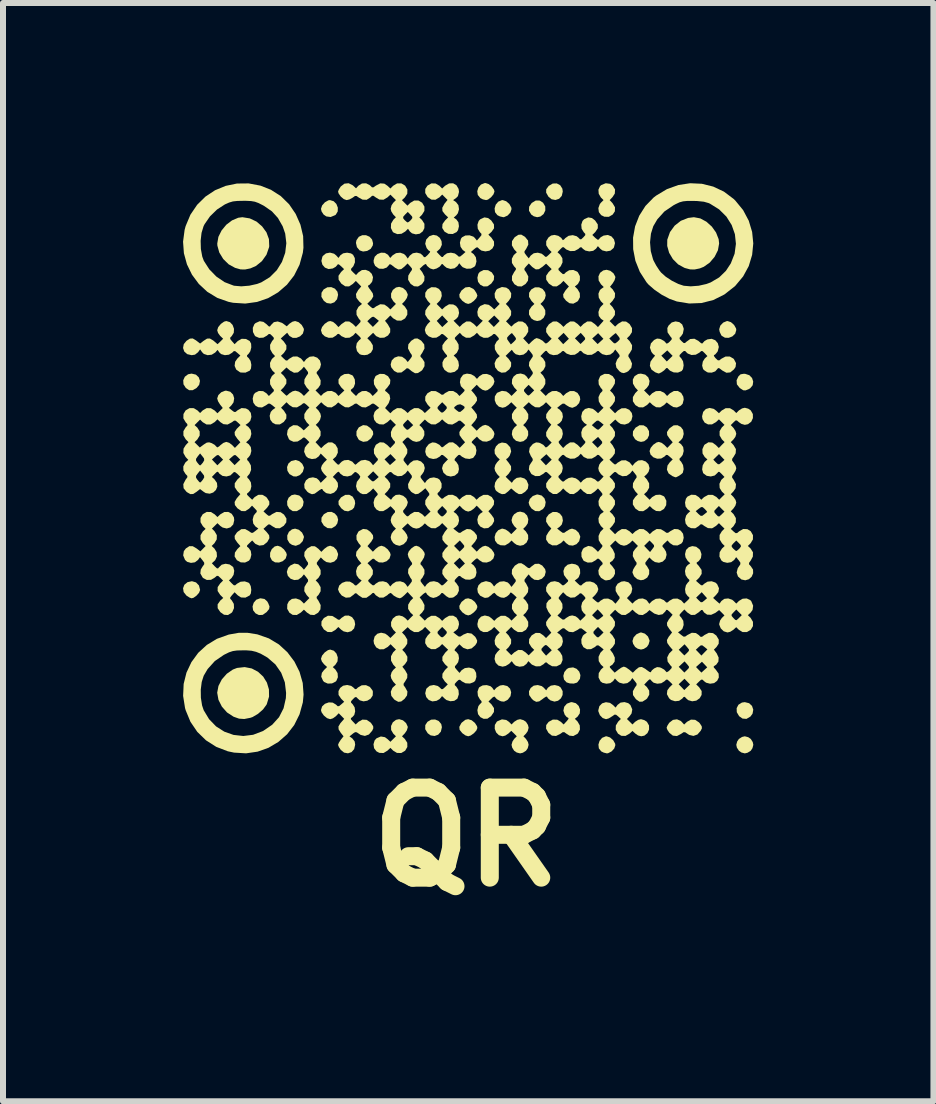
<source format=kicad_pcb>
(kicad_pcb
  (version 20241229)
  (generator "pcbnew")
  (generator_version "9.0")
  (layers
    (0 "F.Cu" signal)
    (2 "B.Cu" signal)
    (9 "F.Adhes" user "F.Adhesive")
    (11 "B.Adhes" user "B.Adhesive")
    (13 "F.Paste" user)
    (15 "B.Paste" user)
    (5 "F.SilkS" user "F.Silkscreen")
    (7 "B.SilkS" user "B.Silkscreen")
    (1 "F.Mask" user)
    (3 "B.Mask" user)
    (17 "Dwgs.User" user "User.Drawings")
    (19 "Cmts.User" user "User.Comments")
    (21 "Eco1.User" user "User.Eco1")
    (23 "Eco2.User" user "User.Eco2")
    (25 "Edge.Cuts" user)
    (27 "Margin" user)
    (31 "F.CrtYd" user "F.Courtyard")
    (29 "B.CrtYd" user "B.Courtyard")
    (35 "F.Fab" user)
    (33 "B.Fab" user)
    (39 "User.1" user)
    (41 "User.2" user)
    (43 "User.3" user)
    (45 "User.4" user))
  (footprint "QR"
    (layer "F.Cu")
    (at 4.718 4.795)
    (property "Reference" "QR" (at 0 6.1 0) (layer "F.SilkS") (effects (font (size 1.5 1.5) (thickness 0.3))))
    (attr board_only exclude_from_pos_files exclude_from_bom)
    (fp_poly (pts (xy -4.504 -1.603) (xy -4.456 -1.558) (xy -4.436 -1.498) (xy -4.449 -1.434) (xy -4.492 -1.381) (xy -4.558 -1.343) (xy -4.616 -1.343) (xy -4.671 -1.38) (xy -4.711 -1.442) (xy -4.715 -1.509) (xy -4.688 -1.568) (xy -4.634 -1.609) (xy -4.576 -1.62)) (stroke (width 0) (type solid)) (fill yes) (layer "F.SilkS"))
    (fp_poly (pts (xy -2.782 0.411) (xy -2.732 0.456) (xy -2.709 0.516) (xy -2.72 0.582) (xy -2.755 0.631) (xy -2.823 0.672) (xy -2.891 0.671) (xy -2.945 0.635) (xy -2.981 0.574) (xy -2.984 0.507) (xy -2.959 0.447) (xy -2.909 0.405) (xy -2.856 0.394)) (stroke (width 0) (type solid)) (fill yes) (layer "F.SilkS"))
    (fp_poly (pts (xy -2.19 0.71) (xy -2.15 0.756) (xy -2.134 0.814) (xy -2.148 0.877) (xy -2.179 0.92) (xy -2.243 0.958) (xy -2.311 0.954) (xy -2.372 0.913) (xy -2.413 0.846) (xy -2.411 0.78) (xy -2.372 0.723) (xy -2.308 0.686) (xy -2.245 0.684)) (stroke (width 0) (type solid)) (fill yes) (layer "F.SilkS"))
    (fp_poly (pts (xy -2.187 -3.035) (xy -2.146 -2.985) (xy -2.135 -2.933) (xy -2.152 -2.859) (xy -2.197 -2.808) (xy -2.257 -2.786) (xy -2.323 -2.796) (xy -2.372 -2.832) (xy -2.413 -2.899) (xy -2.411 -2.967) (xy -2.376 -3.022) (xy -2.314 -3.058) (xy -2.248 -3.061)) (stroke (width 0) (type solid)) (fill yes) (layer "F.SilkS"))
    (fp_poly (pts (xy -0.458 4.169) (xy -0.416 4.219) (xy -0.405 4.271) (xy -0.422 4.345) (xy -0.467 4.396) (xy -0.527 4.418) (xy -0.593 4.408) (xy -0.642 4.372) (xy -0.683 4.305) (xy -0.682 4.237) (xy -0.646 4.182) (xy -0.585 4.146) (xy -0.518 4.143)) (stroke (width 0) (type solid)) (fill yes) (layer "F.SilkS"))
    (fp_poly (pts (xy 0.364 -3.343) (xy 0.427 -3.306) (xy 0.465 -3.245) (xy 0.46 -3.18) (xy 0.417 -3.119) (xy 0.353 -3.074) (xy 0.29 -3.072) (xy 0.235 -3.1) (xy 0.197 -3.15) (xy 0.186 -3.217) (xy 0.202 -3.283) (xy 0.226 -3.314) (xy 0.291 -3.346)) (stroke (width 0) (type solid)) (fill yes) (layer "F.SilkS"))
    (fp_poly (pts (xy 1.226 -4.503) (xy 1.281 -4.467) (xy 1.317 -4.405) (xy 1.318 -4.338) (xy 1.289 -4.278) (xy 1.236 -4.237) (xy 1.182 -4.226) (xy 1.126 -4.241) (xy 1.084 -4.27) (xy 1.046 -4.334) (xy 1.049 -4.402) (xy 1.091 -4.463) (xy 1.159 -4.504)) (stroke (width 0) (type solid)) (fill yes) (layer "F.SilkS"))
    (fp_poly (pts (xy 2.956 -0.758) (xy 3.011 -0.723) (xy 3.046 -0.661) (xy 3.047 -0.594) (xy 3.019 -0.534) (xy 2.966 -0.493) (xy 2.912 -0.482) (xy 2.856 -0.497) (xy 2.814 -0.526) (xy 2.776 -0.59) (xy 2.779 -0.658) (xy 2.821 -0.719) (xy 2.888 -0.76)) (stroke (width 0) (type solid)) (fill yes) (layer "F.SilkS"))
    (fp_poly (pts (xy 4.714 3.872) (xy 4.762 3.917) (xy 4.783 3.98) (xy 4.771 4.046) (xy 4.736 4.094) (xy 4.67 4.133) (xy 4.604 4.128) (xy 4.547 4.088) (xy 4.508 4.021) (xy 4.506 3.954) (xy 4.536 3.897) (xy 4.594 3.861) (xy 4.642 3.854)) (stroke (width 0) (type solid)) (fill yes) (layer "F.SilkS"))
    (fp_poly (pts (xy -3.089 1.266) (xy -3.037 1.309) (xy -2.999 1.363) (xy -2.989 1.4) (xy -3.008 1.461) (xy -3.056 1.505) (xy -3.119 1.528) (xy -3.185 1.525) (xy -3.237 1.493) (xy -3.268 1.432) (xy -3.267 1.365) (xy -3.239 1.303) (xy -3.191 1.26) (xy -3.141 1.248)) (stroke (width 0) (type solid)) (fill yes) (layer "F.SilkS"))
    (fp_poly (pts (xy -2.783 -0.162) (xy -2.732 -0.117) (xy -2.705 -0.059) (xy -2.704 -0.046) (xy -2.723 0.018) (xy -2.769 0.069) (xy -2.831 0.095) (xy -2.879 0.092) (xy -2.945 0.054) (xy -2.979 -0.001) (xy -2.985 -0.063) (xy -2.963 -0.121) (xy -2.915 -0.164) (xy -2.843 -0.181)) (stroke (width 0) (type solid)) (fill yes) (layer "F.SilkS"))
    (fp_poly (pts (xy -1.892 0.43) (xy -1.857 0.492) (xy -1.85 0.542) (xy -1.868 0.612) (xy -1.899 0.645) (xy -1.967 0.675) (xy -2.029 0.665) (xy -2.081 0.625) (xy -2.126 0.562) (xy -2.128 0.503) (xy -2.087 0.444) (xy -2.084 0.442) (xy -2.016 0.401) (xy -1.949 0.399)) (stroke (width 0) (type solid)) (fill yes) (layer "F.SilkS"))
    (fp_poly (pts (xy -1.669 -3.926) (xy -1.611 -3.901) (xy -1.569 -3.855) (xy -1.552 -3.792) (xy -1.557 -3.755) (xy -1.591 -3.699) (xy -1.65 -3.664) (xy -1.719 -3.654) (xy -1.776 -3.673) (xy -1.821 -3.727) (xy -1.837 -3.798) (xy -1.829 -3.842) (xy -1.789 -3.9) (xy -1.732 -3.926)) (stroke (width 0) (type solid)) (fill yes) (layer "F.SilkS"))
    (fp_poly (pts (xy 1.258 0.412) (xy 1.304 0.459) (xy 1.324 0.521) (xy 1.313 0.588) (xy 1.281 0.635) (xy 1.217 0.673) (xy 1.149 0.67) (xy 1.088 0.628) (xy 1.054 0.577) (xy 1.04 0.53) (xy 1.06 0.469) (xy 1.109 0.42) (xy 1.175 0.395) (xy 1.19 0.394)) (stroke (width 0) (type solid)) (fill yes) (layer "F.SilkS"))
    (fp_poly (pts (xy 1.566 -4.759) (xy 1.602 -4.702) (xy 1.609 -4.653) (xy 1.592 -4.581) (xy 1.548 -4.533) (xy 1.487 -4.513) (xy 1.423 -4.525) (xy 1.37 -4.568) (xy 1.332 -4.635) (xy 1.333 -4.691) (xy 1.374 -4.747) (xy 1.375 -4.748) (xy 1.442 -4.787) (xy 1.509 -4.789)) (stroke (width 0) (type solid)) (fill yes) (layer "F.SilkS"))
    (fp_poly (pts (xy -2.788 0.982) (xy -2.735 1.029) (xy -2.706 1.089) (xy -2.704 1.107) (xy -2.724 1.171) (xy -2.773 1.223) (xy -2.837 1.248) (xy -2.847 1.248) (xy -2.903 1.233) (xy -2.945 1.204) (xy -2.98 1.144) (xy -2.982 1.077) (xy -2.954 1.016) (xy -2.903 0.975) (xy -2.851 0.963)) (stroke (width 0) (type solid)) (fill yes) (layer "F.SilkS"))
    (fp_poly (pts (xy -2.208 -4.492) (xy -2.163 -4.446) (xy -2.139 -4.385) (xy -2.141 -4.322) (xy -2.173 -4.268) (xy -2.184 -4.26) (xy -2.259 -4.229) (xy -2.331 -4.239) (xy -2.376 -4.27) (xy -2.409 -4.32) (xy -2.42 -4.365) (xy -2.401 -4.422) (xy -2.355 -4.474) (xy -2.297 -4.507) (xy -2.27 -4.511)) (stroke (width 0) (type solid)) (fill yes) (layer "F.SilkS"))
    (fp_poly (pts (xy -1.654 -0.754) (xy -1.597 -0.713) (xy -1.554 -0.658) (xy -1.549 -0.609) (xy -1.58 -0.551) (xy -1.589 -0.539) (xy -1.648 -0.493) (xy -1.716 -0.483) (xy -1.779 -0.51) (xy -1.795 -0.525) (xy -1.829 -0.59) (xy -1.828 -0.66) (xy -1.792 -0.721) (xy -1.785 -0.727) (xy -1.718 -0.762)) (stroke (width 0) (type solid)) (fill yes) (layer "F.SilkS"))
    (fp_poly (pts (xy 1.84 3.299) (xy 1.883 3.345) (xy 1.903 3.404) (xy 1.895 3.466) (xy 1.854 3.521) (xy 1.842 3.53) (xy 1.792 3.545) (xy 1.726 3.542) (xy 1.672 3.525) (xy 1.63 3.479) (xy 1.618 3.417) (xy 1.635 3.353) (xy 1.677 3.302) (xy 1.709 3.284) (xy 1.781 3.275)) (stroke (width 0) (type solid)) (fill yes) (layer "F.SilkS"))
    (fp_poly (pts (xy -4.502 1.859) (xy -4.453 1.91) (xy -4.434 1.984) (xy -4.434 1.985) (xy -4.451 2.031) (xy -4.493 2.079) (xy -4.543 2.115) (xy -4.576 2.124) (xy -4.611 2.111) (xy -4.658 2.081) (xy -4.661 2.079) (xy -4.708 2.02) (xy -4.718 1.956) (xy -4.696 1.898) (xy -4.644 1.855) (xy -4.57 1.839)) (stroke (width 0) (type solid)) (fill yes) (layer "F.SilkS"))
    (fp_poly (pts (xy -3.361 2.135) (xy -3.316 2.175) (xy -3.299 2.205) (xy -3.277 2.26) (xy -3.284 2.302) (xy -3.323 2.351) (xy -3.327 2.355) (xy -3.391 2.4) (xy -3.454 2.403) (xy -3.51 2.375) (xy -3.551 2.323) (xy -3.56 2.26) (xy -3.541 2.198) (xy -3.499 2.148) (xy -3.437 2.125) (xy -3.425 2.124)) (stroke (width 0) (type solid)) (fill yes) (layer "F.SilkS"))
    (fp_poly (pts (xy 0.375 -4.778) (xy 0.427 -4.736) (xy 0.463 -4.684) (xy 0.471 -4.653) (xy 0.454 -4.606) (xy 0.413 -4.557) (xy 0.364 -4.52) (xy 0.332 -4.511) (xy 0.277 -4.523) (xy 0.235 -4.545) (xy 0.193 -4.596) (xy 0.184 -4.659) (xy 0.203 -4.721) (xy 0.246 -4.77) (xy 0.309 -4.795) (xy 0.323 -4.795)) (stroke (width 0) (type solid)) (fill yes) (layer "F.SilkS"))
    (fp_poly (pts (xy 0.666 -4.492) (xy 0.719 -4.446) (xy 0.751 -4.388) (xy 0.755 -4.361) (xy 0.736 -4.303) (xy 0.689 -4.253) (xy 0.63 -4.227) (xy 0.618 -4.226) (xy 0.561 -4.239) (xy 0.519 -4.26) (xy 0.48 -4.31) (xy 0.473 -4.372) (xy 0.492 -4.435) (xy 0.534 -4.485) (xy 0.594 -4.51) (xy 0.609 -4.511)) (stroke (width 0) (type solid)) (fill yes) (layer "F.SilkS"))
    (fp_poly (pts (xy 2.396 4.442) (xy 2.449 4.488) (xy 2.481 4.545) (xy 2.485 4.571) (xy 2.467 4.626) (xy 2.421 4.676) (xy 2.364 4.705) (xy 2.344 4.708) (xy 2.291 4.695) (xy 2.249 4.674) (xy 2.21 4.624) (xy 2.203 4.561) (xy 2.222 4.499) (xy 2.264 4.449) (xy 2.324 4.424) (xy 2.339 4.423)) (stroke (width 0) (type solid)) (fill yes) (layer "F.SilkS"))
    (fp_poly (pts (xy 2.978 2.713) (xy 3.029 2.761) (xy 3.054 2.824) (xy 3.055 2.836) (xy 3.039 2.892) (xy 3.011 2.934) (xy 2.959 2.967) (xy 2.912 2.978) (xy 2.856 2.963) (xy 2.814 2.934) (xy 2.781 2.882) (xy 2.77 2.836) (xy 2.789 2.775) (xy 2.837 2.723) (xy 2.898 2.695) (xy 2.916 2.693)) (stroke (width 0) (type solid)) (fill yes) (layer "F.SilkS"))
    (fp_poly (pts (xy 4.411 -2.477) (xy 4.463 -2.431) (xy 4.496 -2.373) (xy 4.5 -2.347) (xy 4.482 -2.285) (xy 4.435 -2.24) (xy 4.374 -2.216) (xy 4.311 -2.218) (xy 4.257 -2.25) (xy 4.249 -2.26) (xy 4.223 -2.316) (xy 4.215 -2.359) (xy 4.234 -2.42) (xy 4.282 -2.47) (xy 4.342 -2.495) (xy 4.354 -2.496)) (stroke (width 0) (type solid)) (fill yes) (layer "F.SilkS"))
    (fp_poly (pts (xy 4.649 -1.616) (xy 4.718 -1.593) (xy 4.763 -1.546) (xy 4.782 -1.487) (xy 4.773 -1.426) (xy 4.732 -1.376) (xy 4.707 -1.361) (xy 4.654 -1.34) (xy 4.617 -1.342) (xy 4.574 -1.369) (xy 4.557 -1.381) (xy 4.51 -1.441) (xy 4.505 -1.509) (xy 4.535 -1.573) (xy 4.571 -1.608) (xy 4.623 -1.617)) (stroke (width 0) (type solid)) (fill yes) (layer "F.SilkS"))
    (fp_poly (pts (xy 4.699 4.438) (xy 4.741 4.467) (xy 4.774 4.519) (xy 4.784 4.565) (xy 4.769 4.622) (xy 4.741 4.664) (xy 4.688 4.697) (xy 4.642 4.708) (xy 4.585 4.693) (xy 4.544 4.664) (xy 4.51 4.612) (xy 4.5 4.565) (xy 4.515 4.509) (xy 4.544 4.467) (xy 4.596 4.434) (xy 4.642 4.423)) (stroke (width 0) (type solid)) (fill yes) (layer "F.SilkS"))
    (fp_poly (pts (xy 0.091 2.142) (xy 0.145 2.185) (xy 0.18 2.241) (xy 0.186 2.27) (xy 0.169 2.313) (xy 0.126 2.359) (xy 0.075 2.396) (xy 0.033 2.409) (xy -0.014 2.394) (xy -0.064 2.358) (xy -0.067 2.355) (xy -0.11 2.3) (xy -0.115 2.251) (xy -0.084 2.194) (xy -0.075 2.182) (xy -0.014 2.133) (xy 0.033 2.124)) (stroke (width 0) (type solid)) (fill yes) (layer "F.SilkS"))
    (fp_poly (pts (xy 0.091 4.156) (xy 0.145 4.2) (xy 0.18 4.255) (xy 0.186 4.285) (xy 0.169 4.327) (xy 0.126 4.374) (xy 0.075 4.41) (xy 0.033 4.423) (xy -0.014 4.408) (xy -0.064 4.372) (xy -0.067 4.369) (xy -0.11 4.315) (xy -0.115 4.266) (xy -0.084 4.208) (xy -0.075 4.196) (xy -0.014 4.148) (xy 0.033 4.138)) (stroke (width 0) (type solid)) (fill yes) (layer "F.SilkS"))
    (fp_poly (pts (xy 0.118 -3.032) (xy 0.141 -3.008) (xy 0.172 -2.959) (xy 0.186 -2.921) (xy 0.186 -2.919) (xy 0.169 -2.877) (xy 0.126 -2.83) (xy 0.075 -2.794) (xy 0.033 -2.781) (xy -0.014 -2.796) (xy -0.064 -2.832) (xy -0.067 -2.835) (xy -0.11 -2.889) (xy -0.115 -2.938) (xy -0.084 -2.996) (xy -0.075 -3.008) (xy -0.014 -3.056) (xy 0.053 -3.064)) (stroke (width 0) (type solid)) (fill yes) (layer "F.SilkS"))
    (fp_poly (pts (xy 1.273 -3.03) (xy 1.314 -2.977) (xy 1.325 -2.923) (xy 1.31 -2.867) (xy 1.281 -2.825) (xy 1.237 -2.781) (xy 1.281 -2.737) (xy 1.317 -2.675) (xy 1.318 -2.608) (xy 1.289 -2.548) (xy 1.236 -2.507) (xy 1.182 -2.496) (xy 1.126 -2.511) (xy 1.084 -2.54) (xy 1.046 -2.605) (xy 1.048 -2.675) (xy 1.088 -2.736) (xy 1.136 -2.781) (xy 1.088 -2.831) (xy 1.047 -2.899) (xy 1.048 -2.967) (xy 1.084 -3.022) (xy 1.145 -3.057) (xy 1.213 -3.058)) (stroke (width 0) (type solid)) (fill yes) (layer "F.SilkS"))
    (fp_poly (pts (xy 2.397 -4.782) (xy 2.441 -4.752) (xy 2.48 -4.688) (xy 2.476 -4.62) (xy 2.438 -4.561) (xy 2.39 -4.511) (xy 2.438 -4.46) (xy 2.479 -4.392) (xy 2.477 -4.324) (xy 2.441 -4.27) (xy 2.376 -4.232) (xy 2.302 -4.234) (xy 2.249 -4.26) (xy 2.21 -4.311) (xy 2.202 -4.378) (xy 2.226 -4.444) (xy 2.244 -4.467) (xy 2.288 -4.511) (xy 2.244 -4.554) (xy 2.208 -4.616) (xy 2.203 -4.684) (xy 2.23 -4.743) (xy 2.249 -4.761) (xy 2.325 -4.792)) (stroke (width 0) (type solid)) (fill yes) (layer "F.SilkS"))
    (fp_poly (pts (xy -1.901 2.439) (xy -1.862 2.494) (xy -1.85 2.557) (xy -1.868 2.626) (xy -1.914 2.672) (xy -1.976 2.69) (xy -2.043 2.675) (xy -2.082 2.648) (xy -2.131 2.602) (xy -2.177 2.648) (xy -2.242 2.687) (xy -2.31 2.685) (xy -2.372 2.643) (xy -2.413 2.575) (xy -2.411 2.509) (xy -2.372 2.453) (xy -2.304 2.414) (xy -2.232 2.418) (xy -2.174 2.452) (xy -2.134 2.48) (xy -2.11 2.481) (xy -2.082 2.455) (xy -2.08 2.452) (xy -2.021 2.413) (xy -1.958 2.411)) (stroke (width 0) (type solid)) (fill yes) (layer "F.SilkS"))
    (fp_poly (pts (xy 3.9 -4.206) (xy 4.002 -4.151) (xy 4.093 -4.069) (xy 4.163 -3.97) (xy 4.206 -3.86) (xy 4.214 -3.788) (xy 4.194 -3.675) (xy 4.139 -3.566) (xy 4.058 -3.47) (xy 3.959 -3.4) (xy 3.893 -3.373) (xy 3.806 -3.355) (xy 3.732 -3.356) (xy 3.649 -3.378) (xy 3.635 -3.383) (xy 3.531 -3.44) (xy 3.444 -3.527) (xy 3.381 -3.633) (xy 3.349 -3.747) (xy 3.35 -3.851) (xy 3.395 -3.978) (xy 3.473 -4.085) (xy 3.576 -4.166) (xy 3.698 -4.214) (xy 3.794 -4.226)) (stroke (width 0) (type solid)) (fill yes) (layer "F.SilkS"))
    (fp_poly (pts (xy -3.606 -4.206) (xy -3.494 -4.153) (xy -3.4 -4.072) (xy -3.328 -3.973) (xy -3.287 -3.861) (xy -3.282 -3.744) (xy -3.285 -3.725) (xy -3.328 -3.601) (xy -3.404 -3.494) (xy -3.504 -3.413) (xy -3.596 -3.373) (xy -3.684 -3.355) (xy -3.759 -3.356) (xy -3.843 -3.38) (xy -3.851 -3.382) (xy -3.958 -3.441) (xy -4.048 -3.529) (xy -4.114 -3.637) (xy -4.146 -3.752) (xy -4.148 -3.788) (xy -4.129 -3.899) (xy -4.076 -4.005) (xy -3.998 -4.1) (xy -3.902 -4.173) (xy -3.798 -4.217) (xy -3.729 -4.226)) (stroke (width 0) (type solid)) (fill yes) (layer "F.SilkS"))
    (fp_poly (pts (xy -3.573 3.293) (xy -3.469 3.348) (xy -3.383 3.428) (xy -3.321 3.528) (xy -3.287 3.642) (xy -3.285 3.762) (xy -3.322 3.884) (xy -3.329 3.899) (xy -3.386 3.976) (xy -3.469 4.049) (xy -3.559 4.102) (xy -3.596 4.115) (xy -3.698 4.135) (xy -3.785 4.129) (xy -3.876 4.097) (xy -3.985 4.026) (xy -4.071 3.929) (xy -4.128 3.816) (xy -4.149 3.698) (xy -4.149 3.696) (xy -4.128 3.584) (xy -4.072 3.475) (xy -3.989 3.381) (xy -3.888 3.311) (xy -3.818 3.284) (xy -3.691 3.27)) (stroke (width 0) (type solid)) (fill yes) (layer "F.SilkS"))
    (fp_poly (pts (xy -2.206 2.997) (xy -2.162 3.044) (xy -2.14 3.108) (xy -2.144 3.174) (xy -2.179 3.23) (xy -2.223 3.27) (xy -2.179 3.311) (xy -2.143 3.37) (xy -2.138 3.439) (xy -2.164 3.5) (xy -2.175 3.511) (xy -2.236 3.542) (xy -2.306 3.545) (xy -2.366 3.519) (xy -2.385 3.499) (xy -2.416 3.43) (xy -2.405 3.366) (xy -2.369 3.319) (xy -2.318 3.269) (xy -2.369 3.223) (xy -2.405 3.177) (xy -2.42 3.132) (xy -2.402 3.079) (xy -2.358 3.026) (xy -2.304 2.988) (xy -2.267 2.978)) (stroke (width 0) (type solid)) (fill yes) (layer "F.SilkS"))
    (fp_poly (pts (xy 1.259 3.587) (xy 1.292 3.613) (xy 1.332 3.657) (xy 1.362 3.613) (xy 1.41 3.579) (xy 1.475 3.569) (xy 1.54 3.585) (xy 1.573 3.609) (xy 1.607 3.671) (xy 1.606 3.735) (xy 1.578 3.791) (xy 1.53 3.831) (xy 1.47 3.845) (xy 1.405 3.825) (xy 1.4 3.822) (xy 1.362 3.79) (xy 1.347 3.764) (xy 1.332 3.761) (xy 1.296 3.784) (xy 1.279 3.797) (xy 1.217 3.841) (xy 1.167 3.849) (xy 1.118 3.823) (xy 1.094 3.8) (xy 1.049 3.736) (xy 1.046 3.673) (xy 1.074 3.618) (xy 1.125 3.579) (xy 1.192 3.569)) (stroke (width 0) (type solid)) (fill yes) (layer "F.SilkS"))
    (fp_poly (pts (xy 3.576 4.168) (xy 3.591 4.183) (xy 3.631 4.227) (xy 3.68 4.181) (xy 3.745 4.145) (xy 3.815 4.149) (xy 3.879 4.192) (xy 3.895 4.211) (xy 3.924 4.256) (xy 3.927 4.29) (xy 3.907 4.331) (xy 3.853 4.393) (xy 3.786 4.417) (xy 3.715 4.4) (xy 3.694 4.386) (xy 3.651 4.357) (xy 3.623 4.354) (xy 3.59 4.376) (xy 3.582 4.382) (xy 3.511 4.419) (xy 3.443 4.412) (xy 3.385 4.365) (xy 3.353 4.318) (xy 3.339 4.282) (xy 3.339 4.281) (xy 3.352 4.246) (xy 3.382 4.199) (xy 3.385 4.196) (xy 3.444 4.15) (xy 3.512 4.14)) (stroke (width 0) (type solid)) (fill yes) (layer "F.SilkS"))
    (fp_poly (pts (xy -1.054 4.157) (xy -1.002 4.203) (xy -0.975 4.261) (xy -0.974 4.274) (xy -0.989 4.324) (xy -1.022 4.373) (xy -1.07 4.423) (xy -1.022 4.468) (xy -0.982 4.531) (xy -0.981 4.601) (xy -1.018 4.664) (xy -1.083 4.702) (xy -1.154 4.7) (xy -1.217 4.662) (xy -1.263 4.616) (xy -1.312 4.662) (xy -1.378 4.702) (xy -1.448 4.699) (xy -1.495 4.674) (xy -1.535 4.622) (xy -1.545 4.556) (xy -1.526 4.492) (xy -1.495 4.457) (xy -1.422 4.426) (xy -1.354 4.438) (xy -1.312 4.469) (xy -1.263 4.515) (xy -1.217 4.469) (xy -1.171 4.423) (xy -1.215 4.379) (xy -1.251 4.318) (xy -1.252 4.251) (xy -1.223 4.19) (xy -1.17 4.149) (xy -1.117 4.138)) (stroke (width 0) (type solid)) (fill yes) (layer "F.SilkS"))
    (fp_poly (pts (xy 0.966 0.697) (xy 1.014 0.744) (xy 1.035 0.807) (xy 1.026 0.874) (xy 0.994 0.922) (xy 0.949 0.967) (xy 0.994 1.01) (xy 1.031 1.069) (xy 1.033 1.135) (xy 1.006 1.195) (xy 0.954 1.236) (xy 0.898 1.248) (xy 0.841 1.233) (xy 0.799 1.204) (xy 0.755 1.161) (xy 0.712 1.204) (xy 0.646 1.243) (xy 0.572 1.24) (xy 0.519 1.214) (xy 0.481 1.164) (xy 0.473 1.102) (xy 0.492 1.039) (xy 0.534 0.989) (xy 0.593 0.964) (xy 0.606 0.963) (xy 0.657 0.978) (xy 0.703 1.009) (xy 0.751 1.055) (xy 0.797 1.009) (xy 0.843 0.963) (xy 0.799 0.92) (xy 0.766 0.867) (xy 0.755 0.821) (xy 0.771 0.764) (xy 0.799 0.723) (xy 0.851 0.689) (xy 0.898 0.679)) (stroke (width 0) (type solid)) (fill yes) (layer "F.SilkS"))
    (fp_poly (pts (xy 1.512 0.687) (xy 1.561 0.713) (xy 1.6 0.764) (xy 1.611 0.83) (xy 1.593 0.894) (xy 1.562 0.928) (xy 1.515 0.962) (xy 1.567 1.004) (xy 1.606 1.032) (xy 1.634 1.032) (xy 1.672 1.005) (xy 1.722 0.975) (xy 1.763 0.963) (xy 1.823 0.983) (xy 1.873 1.03) (xy 1.899 1.09) (xy 1.9 1.102) (xy 1.882 1.173) (xy 1.838 1.222) (xy 1.777 1.246) (xy 1.713 1.239) (xy 1.664 1.204) (xy 1.624 1.16) (xy 1.577 1.204) (xy 1.509 1.241) (xy 1.435 1.242) (xy 1.37 1.206) (xy 1.369 1.204) (xy 1.331 1.145) (xy 1.334 1.083) (xy 1.371 1.02) (xy 1.418 0.961) (xy 1.371 0.911) (xy 1.331 0.846) (xy 1.334 0.783) (xy 1.375 0.726) (xy 1.443 0.685)) (stroke (width 0) (type solid)) (fill yes) (layer "F.SilkS"))
    (fp_poly (pts (xy 1.827 3.872) (xy 1.874 3.917) (xy 1.897 3.978) (xy 1.892 4.042) (xy 1.855 4.096) (xy 1.81 4.132) (xy 1.855 4.177) (xy 1.892 4.241) (xy 1.895 4.311) (xy 1.863 4.372) (xy 1.851 4.383) (xy 1.784 4.419) (xy 1.72 4.412) (xy 1.673 4.382) (xy 1.634 4.354) (xy 1.607 4.355) (xy 1.569 4.382) (xy 1.496 4.418) (xy 1.428 4.412) (xy 1.37 4.365) (xy 1.331 4.296) (xy 1.333 4.236) (xy 1.373 4.183) (xy 1.442 4.145) (xy 1.516 4.146) (xy 1.577 4.182) (xy 1.623 4.226) (xy 1.675 4.171) (xy 1.702 4.136) (xy 1.705 4.117) (xy 1.701 4.117) (xy 1.672 4.1) (xy 1.641 4.063) (xy 1.619 3.996) (xy 1.633 3.931) (xy 1.677 3.88) (xy 1.743 3.855) (xy 1.761 3.854)) (stroke (width 0) (type solid)) (fill yes) (layer "F.SilkS"))
    (fp_poly (pts (xy 0.954 4.154) (xy 0.996 4.182) (xy 1.029 4.234) (xy 1.04 4.281) (xy 1.025 4.337) (xy 0.996 4.379) (xy 0.953 4.423) (xy 0.996 4.467) (xy 1.029 4.519) (xy 1.04 4.565) (xy 1.025 4.622) (xy 0.996 4.664) (xy 0.944 4.697) (xy 0.898 4.708) (xy 0.841 4.693) (xy 0.799 4.664) (xy 0.766 4.612) (xy 0.755 4.565) (xy 0.771 4.509) (xy 0.799 4.467) (xy 0.843 4.423) (xy 0.797 4.377) (xy 0.751 4.332) (xy 0.703 4.377) (xy 0.652 4.411) (xy 0.606 4.423) (xy 0.544 4.405) (xy 0.499 4.359) (xy 0.475 4.298) (xy 0.477 4.234) (xy 0.509 4.181) (xy 0.519 4.173) (xy 0.595 4.141) (xy 0.667 4.151) (xy 0.712 4.182) (xy 0.755 4.226) (xy 0.799 4.182) (xy 0.851 4.149) (xy 0.898 4.138)) (stroke (width 0) (type solid)) (fill yes) (layer "F.SilkS"))
    (fp_poly (pts (xy -0.759 -2.175) (xy -0.747 -2.166) (xy -0.7 -2.107) (xy -0.695 -2.039) (xy -0.733 -1.966) (xy -0.733 -1.966) (xy -0.761 -1.926) (xy -0.762 -1.902) (xy -0.736 -1.874) (xy -0.733 -1.872) (xy -0.695 -1.812) (xy -0.695 -1.744) (xy -0.731 -1.681) (xy -0.747 -1.666) (xy -0.805 -1.629) (xy -0.852 -1.626) (xy -0.906 -1.658) (xy -0.923 -1.672) (xy -0.964 -1.705) (xy -0.989 -1.71) (xy -1.013 -1.69) (xy -1.017 -1.685) (xy -1.079 -1.639) (xy -1.146 -1.636) (xy -1.201 -1.665) (xy -1.249 -1.726) (xy -1.259 -1.772) (xy -1.241 -1.839) (xy -1.195 -1.886) (xy -1.133 -1.908) (xy -1.069 -1.901) (xy -1.014 -1.862) (xy -0.974 -1.813) (xy -0.933 -1.864) (xy -0.906 -1.902) (xy -0.906 -1.93) (xy -0.933 -1.968) (xy -0.97 -2.04) (xy -0.964 -2.108) (xy -0.917 -2.166) (xy -0.86 -2.203) (xy -0.813 -2.206)) (stroke (width 0) (type solid)) (fill yes) (layer "F.SilkS"))
    (fp_poly (pts (xy 0.685 3.586) (xy 0.731 3.63) (xy 0.749 3.69) (xy 0.738 3.755) (xy 0.694 3.812) (xy 0.678 3.823) (xy 0.63 3.846) (xy 0.583 3.841) (xy 0.56 3.832) (xy 0.511 3.805) (xy 0.484 3.775) (xy 0.469 3.76) (xy 0.44 3.776) (xy 0.422 3.794) (xy 0.371 3.843) (xy 0.421 3.891) (xy 0.463 3.954) (xy 0.462 4.018) (xy 0.417 4.084) (xy 0.417 4.085) (xy 0.353 4.13) (xy 0.29 4.132) (xy 0.235 4.104) (xy 0.197 4.054) (xy 0.186 3.987) (xy 0.203 3.92) (xy 0.228 3.888) (xy 0.257 3.859) (xy 0.254 3.836) (xy 0.228 3.808) (xy 0.195 3.749) (xy 0.188 3.679) (xy 0.21 3.617) (xy 0.221 3.604) (xy 0.274 3.575) (xy 0.342 3.57) (xy 0.404 3.588) (xy 0.433 3.613) (xy 0.464 3.657) (xy 0.504 3.613) (xy 0.563 3.577) (xy 0.616 3.569)) (stroke (width 0) (type solid)) (fill yes) (layer "F.SilkS"))
    (fp_poly (pts (xy 2.983 -1.603) (xy 3.033 -1.558) (xy 3.055 -1.497) (xy 3.044 -1.431) (xy 3.009 -1.382) (xy 2.963 -1.34) (xy 3.009 -1.294) (xy 3.055 -1.248) (xy 3.098 -1.292) (xy 3.161 -1.328) (xy 3.233 -1.331) (xy 3.296 -1.302) (xy 3.307 -1.292) (xy 3.347 -1.247) (xy 3.394 -1.292) (xy 3.46 -1.33) (xy 3.526 -1.331) (xy 3.582 -1.298) (xy 3.617 -1.237) (xy 3.624 -1.187) (xy 3.606 -1.117) (xy 3.575 -1.085) (xy 3.511 -1.055) (xy 3.45 -1.063) (xy 3.398 -1.096) (xy 3.341 -1.14) (xy 3.296 -1.096) (xy 3.232 -1.057) (xy 3.164 -1.06) (xy 3.107 -1.097) (xy 3.059 -1.143) (xy 3.013 -1.097) (xy 2.947 -1.057) (xy 2.877 -1.059) (xy 2.818 -1.096) (xy 2.777 -1.159) (xy 2.777 -1.229) (xy 2.816 -1.294) (xy 2.861 -1.34) (xy 2.816 -1.388) (xy 2.778 -1.454) (xy 2.776 -1.521) (xy 2.806 -1.578) (xy 2.864 -1.614) (xy 2.91 -1.62)) (stroke (width 0) (type solid)) (fill yes) (layer "F.SilkS"))
    (fp_poly (pts (xy -0.162 -4.758) (xy -0.127 -4.697) (xy -0.12 -4.647) (xy -0.138 -4.577) (xy -0.169 -4.545) (xy -0.218 -4.511) (xy -0.169 -4.477) (xy -0.13 -4.426) (xy -0.12 -4.358) (xy -0.139 -4.292) (xy -0.164 -4.259) (xy -0.208 -4.219) (xy -0.164 -4.189) (xy -0.13 -4.141) (xy -0.121 -4.076) (xy -0.136 -4.011) (xy -0.16 -3.978) (xy -0.225 -3.946) (xy -0.298 -3.949) (xy -0.361 -3.985) (xy -0.4 -4.047) (xy -0.395 -4.112) (xy -0.353 -4.171) (xy -0.301 -4.223) (xy -0.353 -4.272) (xy -0.396 -4.328) (xy -0.399 -4.383) (xy -0.363 -4.449) (xy -0.358 -4.455) (xy -0.311 -4.514) (xy -0.356 -4.559) (xy -0.4 -4.603) (xy -0.446 -4.557) (xy -0.512 -4.517) (xy -0.58 -4.519) (xy -0.642 -4.561) (xy -0.683 -4.629) (xy -0.682 -4.697) (xy -0.646 -4.752) (xy -0.581 -4.789) (xy -0.51 -4.788) (xy -0.447 -4.75) (xy -0.401 -4.704) (xy -0.352 -4.75) (xy -0.285 -4.789) (xy -0.218 -4.791)) (stroke (width 0) (type solid)) (fill yes) (layer "F.SilkS"))
    (fp_poly (pts (xy 2.7 3.871) (xy 2.736 3.902) (xy 2.767 3.975) (xy 2.755 4.043) (xy 2.724 4.086) (xy 2.678 4.135) (xy 2.724 4.18) (xy 2.77 4.226) (xy 2.814 4.182) (xy 2.866 4.149) (xy 2.912 4.138) (xy 2.969 4.154) (xy 3.011 4.182) (xy 3.046 4.243) (xy 3.047 4.31) (xy 3.02 4.37) (xy 2.969 4.412) (xy 2.916 4.423) (xy 2.863 4.409) (xy 2.818 4.378) (xy 2.77 4.334) (xy 2.722 4.378) (xy 2.654 4.417) (xy 2.584 4.415) (xy 2.529 4.379) (xy 2.491 4.314) (xy 2.493 4.243) (xy 2.531 4.18) (xy 2.577 4.134) (xy 2.531 4.091) (xy 2.497 4.064) (xy 2.472 4.062) (xy 2.435 4.088) (xy 2.427 4.093) (xy 2.375 4.125) (xy 2.33 4.138) (xy 2.329 4.138) (xy 2.274 4.119) (xy 2.227 4.071) (xy 2.202 4.008) (xy 2.201 3.989) (xy 2.219 3.92) (xy 2.265 3.874) (xy 2.328 3.855) (xy 2.395 3.866) (xy 2.443 3.9) (xy 2.489 3.945) (xy 2.521 3.9) (xy 2.571 3.862) (xy 2.637 3.853)) (stroke (width 0) (type solid)) (fill yes) (layer "F.SilkS"))
    (fp_poly (pts (xy 0.659 -0.462) (xy 0.68 -0.45) (xy 0.733 -0.393) (xy 0.749 -0.323) (xy 0.724 -0.252) (xy 0.693 -0.213) (xy 0.668 -0.197) (xy 0.668 -0.184) (xy 0.694 -0.152) (xy 0.702 -0.143) (xy 0.747 -0.077) (xy 0.748 -0.013) (xy 0.706 0.05) (xy 0.657 0.099) (xy 0.708 0.149) (xy 0.76 0.2) (xy 0.792 0.155) (xy 0.841 0.118) (xy 0.907 0.108) (xy 0.97 0.127) (xy 1.006 0.158) (xy 1.037 0.232) (xy 1.026 0.299) (xy 0.982 0.349) (xy 0.924 0.386) (xy 0.877 0.388) (xy 0.823 0.356) (xy 0.808 0.343) (xy 0.749 0.293) (xy 0.699 0.343) (xy 0.646 0.384) (xy 0.596 0.389) (xy 0.547 0.368) (xy 0.505 0.338) (xy 0.488 0.319) (xy 0.471 0.262) (xy 0.482 0.195) (xy 0.515 0.142) (xy 0.559 0.102) (xy 0.515 0.055) (xy 0.482 0.003) (xy 0.471 -0.044) (xy 0.485 -0.098) (xy 0.515 -0.143) (xy 0.559 -0.19) (xy 0.515 -0.23) (xy 0.476 -0.287) (xy 0.472 -0.35) (xy 0.495 -0.407) (xy 0.538 -0.451) (xy 0.595 -0.472)) (stroke (width 0) (type solid)) (fill yes) (layer "F.SilkS"))
    (fp_poly (pts (xy 3.575 -0.732) (xy 3.614 -0.681) (xy 3.624 -0.614) (xy 3.606 -0.548) (xy 3.58 -0.515) (xy 3.536 -0.475) (xy 3.58 -0.444) (xy 3.615 -0.396) (xy 3.624 -0.331) (xy 3.607 -0.266) (xy 3.582 -0.232) (xy 3.553 -0.202) (xy 3.556 -0.179) (xy 3.582 -0.151) (xy 3.613 -0.096) (xy 3.623 -0.028) (xy 3.609 0.031) (xy 3.607 0.035) (xy 3.58 0.059) (xy 3.538 0.087) (xy 3.5 0.106) (xy 3.488 0.108) (xy 3.465 0.1) (xy 3.434 0.087) (xy 3.372 0.043) (xy 3.344 -0.019) (xy 3.354 -0.088) (xy 3.39 -0.14) (xy 3.441 -0.191) (xy 3.391 -0.235) (xy 3.355 -0.264) (xy 3.331 -0.265) (xy 3.304 -0.238) (xy 3.248 -0.205) (xy 3.182 -0.202) (xy 3.119 -0.225) (xy 3.072 -0.27) (xy 3.055 -0.329) (xy 3.073 -0.382) (xy 3.116 -0.434) (xy 3.171 -0.472) (xy 3.208 -0.482) (xy 3.255 -0.467) (xy 3.302 -0.432) (xy 3.35 -0.382) (xy 3.396 -0.429) (xy 3.441 -0.476) (xy 3.39 -0.535) (xy 3.349 -0.595) (xy 3.345 -0.646) (xy 3.38 -0.699) (xy 3.393 -0.713) (xy 3.457 -0.758) (xy 3.52 -0.76)) (stroke (width 0) (type solid)) (fill yes) (layer "F.SilkS"))
    (fp_poly (pts (xy -3.484 2.724) (xy -3.473 2.727) (xy -3.288 2.792) (xy -3.122 2.892) (xy -2.98 3.022) (xy -2.863 3.177) (xy -2.777 3.349) (xy -2.724 3.535) (xy -2.71 3.728) (xy -2.722 3.858) (xy -2.777 4.057) (xy -2.866 4.236) (xy -2.985 4.39) (xy -3.13 4.517) (xy -3.295 4.615) (xy -3.476 4.679) (xy -3.668 4.707) (xy -3.868 4.695) (xy -3.972 4.673) (xy -4.165 4.599) (xy -4.336 4.49) (xy -4.481 4.349) (xy -4.595 4.181) (xy -4.674 3.99) (xy -4.685 3.952) (xy -4.717 3.749) (xy -4.712 3.646) (xy -4.423 3.646) (xy -4.421 3.781) (xy -4.401 3.909) (xy -4.374 3.989) (xy -4.284 4.138) (xy -4.168 4.258) (xy -4.03 4.346) (xy -3.877 4.4) (xy -3.715 4.418) (xy -3.551 4.398) (xy -3.39 4.337) (xy -3.382 4.333) (xy -3.233 4.231) (xy -3.119 4.105) (xy -3.043 3.956) (xy -3.005 3.788) (xy -3.001 3.701) (xy -3.022 3.524) (xy -3.083 3.364) (xy -3.18 3.225) (xy -3.312 3.111) (xy -3.424 3.047) (xy -3.501 3.016) (xy -3.575 2.998) (xy -3.662 2.991) (xy -3.722 2.991) (xy -3.818 2.993) (xy -3.888 3.003) (xy -3.952 3.024) (xy -4.027 3.061) (xy -4.036 3.065) (xy -4.188 3.169) (xy -4.308 3.302) (xy -4.374 3.414) (xy -4.407 3.518) (xy -4.423 3.646) (xy -4.712 3.646) (xy -4.708 3.551) (xy -4.661 3.362) (xy -4.579 3.188) (xy -4.465 3.032) (xy -4.322 2.901) (xy -4.154 2.799) (xy -3.962 2.73) (xy -3.95 2.727) (xy -3.79 2.699) (xy -3.642 2.699)) (stroke (width 0) (type solid)) (fill yes) (layer "F.SilkS"))
    (fp_poly (pts (xy -3.936 -2.477) (xy -3.892 -2.43) (xy -3.869 -2.366) (xy -3.873 -2.3) (xy -3.906 -2.247) (xy -3.933 -2.218) (xy -3.931 -2.195) (xy -3.903 -2.16) (xy -3.859 -2.11) (xy -3.806 -2.163) (xy -3.741 -2.2) (xy -3.669 -2.197) (xy -3.608 -2.163) (xy -3.584 -2.119) (xy -3.581 -2.056) (xy -3.597 -1.993) (xy -3.623 -1.954) (xy -3.653 -1.923) (xy -3.65 -1.902) (xy -3.623 -1.877) (xy -3.593 -1.83) (xy -3.58 -1.766) (xy -3.586 -1.705) (xy -3.607 -1.669) (xy -3.679 -1.636) (xy -3.756 -1.638) (xy -3.77 -1.643) (xy -3.832 -1.687) (xy -3.859 -1.749) (xy -3.85 -1.818) (xy -3.814 -1.87) (xy -3.763 -1.921) (xy -3.813 -1.965) (xy -3.849 -1.994) (xy -3.873 -1.994) (xy -3.9 -1.968) (xy -3.954 -1.935) (xy -4.021 -1.927) (xy -4.083 -1.945) (xy -4.112 -1.971) (xy -4.143 -2.015) (xy -4.182 -1.971) (xy -4.24 -1.935) (xy -4.309 -1.927) (xy -4.372 -1.948) (xy -4.4 -1.976) (xy -4.434 -2.024) (xy -4.468 -1.976) (xy -4.519 -1.936) (xy -4.574 -1.927) (xy -4.648 -1.944) (xy -4.698 -1.988) (xy -4.718 -2.047) (xy -4.706 -2.111) (xy -4.661 -2.166) (xy -4.604 -2.203) (xy -4.557 -2.206) (xy -4.504 -2.175) (xy -4.492 -2.166) (xy -4.434 -2.121) (xy -4.376 -2.166) (xy -4.318 -2.203) (xy -4.271 -2.205) (xy -4.217 -2.173) (xy -4.202 -2.161) (xy -4.143 -2.11) (xy -4.096 -2.155) (xy -4.05 -2.201) (xy -4.1 -2.249) (xy -4.135 -2.297) (xy -4.149 -2.343) (xy -4.132 -2.395) (xy -4.088 -2.448) (xy -4.034 -2.486) (xy -3.997 -2.496)) (stroke (width 0) (type solid)) (fill yes) (layer "F.SilkS"))
    (fp_poly (pts (xy -3.429 -4.752) (xy -3.254 -4.683) (xy -3.09 -4.578) (xy -2.951 -4.442) (xy -2.841 -4.28) (xy -2.762 -4.101) (xy -2.717 -3.911) (xy -2.712 -3.717) (xy -2.722 -3.634) (xy -2.777 -3.434) (xy -2.867 -3.255) (xy -2.987 -3.101) (xy -3.134 -2.974) (xy -3.301 -2.877) (xy -3.485 -2.814) (xy -3.681 -2.787) (xy -3.884 -2.8) (xy -3.961 -2.816) (xy -4.148 -2.882) (xy -4.314 -2.983) (xy -4.455 -3.114) (xy -4.569 -3.268) (xy -4.653 -3.44) (xy -4.704 -3.626) (xy -4.718 -3.819) (xy -4.716 -3.833) (xy -4.425 -3.833) (xy -4.421 -3.696) (xy -4.398 -3.57) (xy -4.372 -3.5) (xy -4.281 -3.358) (xy -4.163 -3.237) (xy -4.026 -3.144) (xy -3.88 -3.088) (xy -3.865 -3.084) (xy -3.748 -3.074) (xy -3.614 -3.085) (xy -3.484 -3.114) (xy -3.415 -3.14) (xy -3.272 -3.227) (xy -3.156 -3.343) (xy -3.07 -3.481) (xy -3.016 -3.633) (xy -2.997 -3.793) (xy -3.016 -3.953) (xy -3.058 -4.074) (xy -3.138 -4.214) (xy -3.237 -4.323) (xy -3.368 -4.414) (xy -3.388 -4.425) (xy -3.461 -4.462) (xy -3.521 -4.484) (xy -3.585 -4.495) (xy -3.669 -4.499) (xy -3.711 -4.499) (xy -3.813 -4.497) (xy -3.887 -4.489) (xy -3.951 -4.47) (xy -4.021 -4.439) (xy -4.152 -4.354) (xy -4.269 -4.24) (xy -4.359 -4.11) (xy -4.376 -4.077) (xy -4.41 -3.965) (xy -4.425 -3.833) (xy -4.716 -3.833) (xy -4.692 -4.015) (xy -4.675 -4.078) (xy -4.595 -4.268) (xy -4.483 -4.433) (xy -4.345 -4.569) (xy -4.185 -4.675) (xy -4.008 -4.748) (xy -3.82 -4.787) (xy -3.625 -4.789)) (stroke (width 0) (type solid)) (fill yes) (layer "F.SilkS"))
    (fp_poly (pts (xy 3.926 -4.783) (xy 4.116 -4.736) (xy 4.294 -4.652) (xy 4.455 -4.531) (xy 4.483 -4.504) (xy 4.614 -4.344) (xy 4.708 -4.167) (xy 4.764 -3.98) (xy 4.783 -3.789) (xy 4.764 -3.598) (xy 4.708 -3.412) (xy 4.614 -3.239) (xy 4.483 -3.082) (xy 4.471 -3.071) (xy 4.301 -2.938) (xy 4.117 -2.846) (xy 3.921 -2.796) (xy 3.716 -2.788) (xy 3.509 -2.822) (xy 3.387 -2.866) (xy 3.258 -2.934) (xy 3.137 -3.017) (xy 3.037 -3.104) (xy 3.004 -3.142) (xy 2.893 -3.315) (xy 2.819 -3.5) (xy 2.782 -3.692) (xy 2.781 -3.808) (xy 3.063 -3.808) (xy 3.075 -3.661) (xy 3.112 -3.527) (xy 3.122 -3.502) (xy 3.166 -3.42) (xy 3.217 -3.342) (xy 3.247 -3.304) (xy 3.324 -3.235) (xy 3.426 -3.168) (xy 3.534 -3.114) (xy 3.624 -3.084) (xy 3.74 -3.074) (xy 3.873 -3.084) (xy 4.002 -3.113) (xy 4.072 -3.139) (xy 4.215 -3.223) (xy 4.327 -3.332) (xy 4.409 -3.457) (xy 4.472 -3.618) (xy 4.494 -3.782) (xy 4.477 -3.943) (xy 4.423 -4.096) (xy 4.335 -4.236) (xy 4.214 -4.356) (xy 4.062 -4.451) (xy 4.04 -4.461) (xy 3.96 -4.484) (xy 3.843 -4.496) (xy 3.777 -4.497) (xy 3.681 -4.497) (xy 3.613 -4.49) (xy 3.554 -4.474) (xy 3.49 -4.444) (xy 3.453 -4.424) (xy 3.302 -4.321) (xy 3.184 -4.19) (xy 3.117 -4.076) (xy 3.078 -3.952) (xy 3.063 -3.808) (xy 2.781 -3.808) (xy 2.78 -3.885) (xy 2.814 -4.074) (xy 2.883 -4.251) (xy 2.986 -4.413) (xy 3.122 -4.553) (xy 3.165 -4.586) (xy 3.345 -4.694) (xy 3.535 -4.762) (xy 3.731 -4.792)) (stroke (width 0) (type solid)) (fill yes) (layer "F.SilkS"))
    (fp_poly (pts (xy -2.209 1.268) (xy -2.161 1.317) (xy -2.136 1.381) (xy -2.135 1.398) (xy -2.153 1.466) (xy -2.199 1.512) (xy -2.262 1.532) (xy -2.329 1.52) (xy -2.377 1.488) (xy -2.422 1.443) (xy -2.463 1.493) (xy -2.49 1.531) (xy -2.488 1.557) (xy -2.462 1.589) (xy -2.426 1.654) (xy -2.426 1.724) (xy -2.463 1.785) (xy -2.464 1.785) (xy -2.508 1.825) (xy -2.464 1.872) (xy -2.426 1.938) (xy -2.426 2.007) (xy -2.461 2.067) (xy -2.463 2.069) (xy -2.491 2.098) (xy -2.492 2.121) (xy -2.466 2.159) (xy -2.463 2.163) (xy -2.425 2.237) (xy -2.429 2.308) (xy -2.467 2.364) (xy -2.533 2.403) (xy -2.598 2.398) (xy -2.654 2.361) (xy -2.704 2.313) (xy -2.755 2.361) (xy -2.823 2.402) (xy -2.891 2.4) (xy -2.945 2.365) (xy -2.983 2.299) (xy -2.981 2.225) (xy -2.955 2.173) (xy -2.904 2.134) (xy -2.837 2.126) (xy -2.771 2.149) (xy -2.748 2.168) (xy -2.704 2.212) (xy -2.658 2.166) (xy -2.613 2.12) (xy -2.658 2.071) (xy -2.698 2.005) (xy -2.695 1.935) (xy -2.663 1.88) (xy -2.635 1.841) (xy -2.636 1.813) (xy -2.663 1.776) (xy -2.704 1.725) (xy -2.744 1.774) (xy -2.8 1.814) (xy -2.865 1.82) (xy -2.926 1.798) (xy -2.972 1.75) (xy -2.989 1.684) (xy -2.968 1.617) (xy -2.931 1.578) (xy -2.863 1.545) (xy -2.798 1.557) (xy -2.743 1.603) (xy -2.704 1.647) (xy -2.663 1.596) (xy -2.635 1.558) (xy -2.636 1.53) (xy -2.663 1.492) (xy -2.699 1.419) (xy -2.694 1.352) (xy -2.647 1.293) (xy -2.579 1.255) (xy -2.521 1.257) (xy -2.463 1.299) (xy -2.414 1.35) (xy -2.363 1.299) (xy -2.314 1.263) (xy -2.268 1.248) (xy -2.267 1.248)) (stroke (width 0) (type solid)) (fill yes) (layer "F.SilkS"))
    (fp_poly (pts (xy -1.917 3.583) (xy -1.88 3.61) (xy -1.852 3.638) (xy -1.83 3.635) (xy -1.804 3.61) (xy -1.74 3.573) (xy -1.67 3.571) (xy -1.606 3.6) (xy -1.562 3.657) (xy -1.555 3.68) (xy -1.558 3.744) (xy -1.593 3.796) (xy -1.648 3.83) (xy -1.712 3.841) (xy -1.773 3.824) (xy -1.804 3.797) (xy -1.831 3.77) (xy -1.853 3.772) (xy -1.886 3.803) (xy -1.918 3.838) (xy -1.919 3.861) (xy -1.892 3.889) (xy -1.859 3.941) (xy -1.85 4.007) (xy -1.865 4.067) (xy -1.893 4.099) (xy -1.921 4.12) (xy -1.921 4.14) (xy -1.891 4.175) (xy -1.889 4.176) (xy -1.842 4.226) (xy -1.794 4.181) (xy -1.729 4.145) (xy -1.659 4.149) (xy -1.595 4.192) (xy -1.579 4.211) (xy -1.55 4.256) (xy -1.548 4.29) (xy -1.567 4.331) (xy -1.621 4.393) (xy -1.688 4.417) (xy -1.759 4.4) (xy -1.78 4.386) (xy -1.823 4.357) (xy -1.851 4.354) (xy -1.885 4.376) (xy -1.893 4.383) (xy -1.945 4.425) (xy -1.898 4.458) (xy -1.858 4.51) (xy -1.85 4.563) (xy -1.867 4.637) (xy -1.911 4.687) (xy -1.97 4.707) (xy -2.035 4.695) (xy -2.09 4.65) (xy -2.121 4.603) (xy -2.135 4.567) (xy -2.135 4.565) (xy -2.122 4.531) (xy -2.092 4.484) (xy -2.09 4.481) (xy -2.044 4.423) (xy -2.09 4.365) (xy -2.126 4.308) (xy -2.129 4.26) (xy -2.097 4.206) (xy -2.084 4.191) (xy -2.033 4.132) (xy -2.079 4.085) (xy -2.124 4.039) (xy -2.172 4.089) (xy -2.221 4.124) (xy -2.266 4.138) (xy -2.319 4.121) (xy -2.372 4.077) (xy -2.41 4.023) (xy -2.42 3.986) (xy -2.401 3.925) (xy -2.353 3.881) (xy -2.289 3.858) (xy -2.224 3.862) (xy -2.17 3.895) (xy -2.142 3.922) (xy -2.118 3.92) (xy -2.083 3.892) (xy -2.033 3.848) (xy -2.084 3.797) (xy -2.127 3.734) (xy -2.128 3.67) (xy -2.101 3.618) (xy -2.051 3.58) (xy -1.983 3.568)) (stroke (width 0) (type solid)) (fill yes) (layer "F.SilkS"))
    (fp_poly (pts (xy -1.891 -4.758) (xy -1.883 -4.751) (xy -1.836 -4.707) (xy -1.796 -4.751) (xy -1.737 -4.788) (xy -1.668 -4.791) (xy -1.606 -4.759) (xy -1.599 -4.752) (xy -1.57 -4.724) (xy -1.546 -4.723) (xy -1.509 -4.749) (xy -1.505 -4.752) (xy -1.432 -4.79) (xy -1.364 -4.785) (xy -1.312 -4.75) (xy -1.263 -4.704) (xy -1.217 -4.75) (xy -1.152 -4.789) (xy -1.08 -4.789) (xy -1.018 -4.752) (xy -0.98 -4.687) (xy -0.982 -4.617) (xy -1.023 -4.555) (xy -1.071 -4.51) (xy -1.025 -4.464) (xy -0.979 -4.418) (xy -0.933 -4.464) (xy -0.867 -4.504) (xy -0.796 -4.504) (xy -0.734 -4.467) (xy -0.696 -4.402) (xy -0.697 -4.331) (xy -0.736 -4.268) (xy -0.781 -4.222) (xy -0.736 -4.179) (xy -0.696 -4.116) (xy -0.697 -4.044) (xy -0.724 -3.99) (xy -0.774 -3.951) (xy -0.84 -3.94) (xy -0.903 -3.957) (xy -0.938 -3.987) (xy -0.97 -4.033) (xy -1.016 -3.987) (xy -1.078 -3.95) (xy -1.148 -3.944) (xy -1.21 -3.97) (xy -1.223 -3.981) (xy -1.255 -4.046) (xy -1.252 -4.119) (xy -1.215 -4.182) (xy -1.171 -4.226) (xy -1.179 -4.233) (xy -1.05 -4.233) (xy -1.05 -4.208) (xy -1.028 -4.18) (xy -0.994 -4.149) (xy -0.974 -4.138) (xy -0.95 -4.153) (xy -0.921 -4.18) (xy -0.897 -4.213) (xy -0.902 -4.238) (xy -0.929 -4.268) (xy -0.974 -4.314) (xy -1.02 -4.268) (xy -1.05 -4.233) (xy -1.179 -4.233) (xy -1.215 -4.27) (xy -1.248 -4.322) (xy -1.259 -4.368) (xy -1.244 -4.425) (xy -1.215 -4.467) (xy -1.171 -4.511) (xy -1.217 -4.556) (xy -1.263 -4.602) (xy -1.312 -4.556) (xy -1.378 -4.517) (xy -1.447 -4.52) (xy -1.505 -4.554) (xy -1.544 -4.582) (xy -1.568 -4.583) (xy -1.596 -4.557) (xy -1.599 -4.554) (xy -1.659 -4.516) (xy -1.728 -4.519) (xy -1.788 -4.552) (xy -1.827 -4.579) (xy -1.854 -4.579) (xy -1.891 -4.552) (xy -1.946 -4.522) (xy -1.993 -4.511) (xy -2.041 -4.528) (xy -2.09 -4.57) (xy -2.126 -4.621) (xy -2.135 -4.653) (xy -2.122 -4.688) (xy -2.092 -4.735) (xy -2.09 -4.738) (xy -2.029 -4.785) (xy -1.959 -4.792)) (stroke (width 0) (type solid)) (fill yes) (layer "F.SilkS"))
    (fp_poly (pts (xy -4.254 0.686) (xy -4.191 0.725) (xy -4.145 0.77) (xy -4.097 0.725) (xy -4.031 0.686) (xy -3.964 0.685) (xy -3.907 0.716) (xy -3.871 0.774) (xy -3.865 0.821) (xy -3.882 0.894) (xy -3.928 0.942) (xy -3.99 0.961) (xy -4.058 0.945) (xy -4.097 0.918) (xy -4.145 0.872) (xy -4.191 0.918) (xy -4.237 0.963) (xy -4.193 1.007) (xy -4.155 1.072) (xy -4.157 1.143) (xy -4.195 1.206) (xy -4.241 1.252) (xy -4.195 1.295) (xy -4.158 1.356) (xy -4.153 1.426) (xy -4.183 1.49) (xy -4.194 1.5) (xy -4.238 1.54) (xy -4.189 1.592) (xy -4.154 1.624) (xy -4.134 1.626) (xy -4.121 1.609) (xy -4.074 1.564) (xy -4.009 1.548) (xy -3.942 1.56) (xy -3.887 1.599) (xy -3.881 1.607) (xy -3.865 1.666) (xy -3.876 1.733) (xy -3.909 1.785) (xy -3.953 1.825) (xy -3.907 1.874) (xy -3.873 1.906) (xy -3.85 1.908) (xy -3.819 1.881) (xy -3.76 1.848) (xy -3.69 1.842) (xy -3.628 1.863) (xy -3.614 1.874) (xy -3.59 1.921) (xy -3.581 1.984) (xy -3.589 2.044) (xy -3.608 2.076) (xy -3.679 2.113) (xy -3.752 2.11) (xy -3.806 2.075) (xy -3.859 2.023) (xy -3.903 2.072) (xy -3.932 2.109) (xy -3.932 2.132) (xy -3.906 2.159) (xy -3.872 2.217) (xy -3.869 2.287) (xy -3.897 2.352) (xy -3.909 2.365) (xy -3.97 2.403) (xy -4.035 2.398) (xy -4.096 2.355) (xy -4.141 2.289) (xy -4.142 2.225) (xy -4.1 2.165) (xy -4.099 2.163) (xy -4.048 2.118) (xy -4.099 2.067) (xy -4.142 2.002) (xy -4.141 1.937) (xy -4.1 1.877) (xy -4.051 1.828) (xy -4.098 1.782) (xy -4.133 1.751) (xy -4.156 1.75) (xy -4.189 1.779) (xy -4.189 1.779) (xy -4.252 1.816) (xy -4.322 1.818) (xy -4.384 1.786) (xy -4.394 1.774) (xy -4.43 1.709) (xy -4.423 1.645) (xy -4.393 1.595) (xy -4.365 1.556) (xy -4.366 1.529) (xy -4.394 1.49) (xy -4.436 1.438) (xy -4.469 1.485) (xy -4.52 1.524) (xy -4.586 1.534) (xy -4.65 1.516) (xy -4.685 1.484) (xy -4.716 1.409) (xy -4.705 1.338) (xy -4.671 1.293) (xy -4.613 1.255) (xy -4.556 1.256) (xy -4.49 1.295) (xy -4.43 1.342) (xy -4.386 1.297) (xy -4.342 1.253) (xy -4.388 1.207) (xy -4.427 1.142) (xy -4.427 1.072) (xy -4.388 1.01) (xy -4.342 0.967) (xy -4.388 0.922) (xy -4.427 0.856) (xy -4.427 0.785) (xy -4.39 0.723) (xy -4.325 0.685)) (stroke (width 0) (type solid)) (fill yes) (layer "F.SilkS"))
    (fp_poly (pts (xy 3.55 -2.478) (xy 3.599 -2.439) (xy 3.623 -2.374) (xy 3.624 -2.357) (xy 3.61 -2.287) (xy 3.582 -2.246) (xy 3.555 -2.218) (xy 3.557 -2.195) (xy 3.588 -2.161) (xy 3.623 -2.13) (xy 3.645 -2.129) (xy 3.668 -2.15) (xy 3.732 -2.196) (xy 3.802 -2.201) (xy 3.869 -2.165) (xy 3.875 -2.159) (xy 3.916 -2.125) (xy 3.937 -2.123) (xy 3.944 -2.133) (xy 3.971 -2.163) (xy 4.019 -2.19) (xy 4.09 -2.2) (xy 4.15 -2.176) (xy 4.192 -2.127) (xy 4.209 -2.064) (xy 4.192 -1.995) (xy 4.184 -1.981) (xy 4.152 -1.942) (xy 4.128 -1.927) (xy 4.127 -1.914) (xy 4.151 -1.881) (xy 4.156 -1.876) (xy 4.191 -1.843) (xy 4.215 -1.84) (xy 4.249 -1.865) (xy 4.252 -1.868) (xy 4.32 -1.904) (xy 4.391 -1.905) (xy 4.452 -1.87) (xy 4.46 -1.862) (xy 4.496 -1.794) (xy 4.488 -1.73) (xy 4.461 -1.69) (xy 4.4 -1.64) (xy 4.336 -1.634) (xy 4.268 -1.671) (xy 4.264 -1.674) (xy 4.22 -1.708) (xy 4.196 -1.712) (xy 4.185 -1.697) (xy 4.149 -1.657) (xy 4.091 -1.636) (xy 4.029 -1.638) (xy 4.011 -1.646) (xy 3.967 -1.675) (xy 3.947 -1.695) (xy 3.931 -1.753) (xy 3.942 -1.82) (xy 3.975 -1.872) (xy 4.019 -1.912) (xy 3.973 -1.961) (xy 3.939 -1.994) (xy 3.916 -1.996) (xy 3.885 -1.969) (xy 3.825 -1.935) (xy 3.754 -1.93) (xy 3.692 -1.954) (xy 3.675 -1.969) (xy 3.648 -1.997) (xy 3.625 -1.996) (xy 3.59 -1.966) (xy 3.589 -1.964) (xy 3.556 -1.93) (xy 3.554 -1.907) (xy 3.58 -1.878) (xy 3.582 -1.877) (xy 3.613 -1.825) (xy 3.623 -1.758) (xy 3.612 -1.695) (xy 3.59 -1.663) (xy 3.528 -1.637) (xy 3.457 -1.64) (xy 3.395 -1.669) (xy 3.381 -1.683) (xy 3.35 -1.714) (xy 3.33 -1.71) (xy 3.324 -1.701) (xy 3.297 -1.673) (xy 3.255 -1.643) (xy 3.216 -1.624) (xy 3.204 -1.622) (xy 3.181 -1.63) (xy 3.149 -1.642) (xy 3.087 -1.687) (xy 3.06 -1.749) (xy 3.07 -1.818) (xy 3.108 -1.873) (xy 3.138 -1.908) (xy 3.142 -1.919) (xy 3.251 -1.919) (xy 3.297 -1.871) (xy 3.342 -1.822) (xy 3.391 -1.869) (xy 3.439 -1.916) (xy 3.395 -1.961) (xy 3.35 -2.007) (xy 3.301 -1.963) (xy 3.251 -1.919) (xy 3.142 -1.919) (xy 3.144 -1.926) (xy 3.142 -1.927) (xy 3.116 -1.943) (xy 3.086 -1.981) (xy 3.061 -2.053) (xy 3.077 -2.123) (xy 3.131 -2.181) (xy 3.132 -2.181) (xy 3.18 -2.204) (xy 3.227 -2.199) (xy 3.25 -2.19) (xy 3.299 -2.162) (xy 3.326 -2.133) (xy 3.341 -2.118) (xy 3.37 -2.134) (xy 3.389 -2.151) (xy 3.422 -2.187) (xy 3.425 -2.211) (xy 3.402 -2.238) (xy 3.355 -2.307) (xy 3.351 -2.378) (xy 3.371 -2.42) (xy 3.424 -2.472) (xy 3.488 -2.49)) (stroke (width 0) (type solid)) (fill yes) (layer "F.SilkS"))
    (fp_poly (pts (xy 0.365 -4.212) (xy 0.417 -4.172) (xy 0.462 -4.106) (xy 0.464 -4.042) (xy 0.422 -3.982) (xy 0.42 -3.98) (xy 0.369 -3.935) (xy 0.42 -3.885) (xy 0.463 -3.821) (xy 0.464 -3.757) (xy 0.437 -3.705) (xy 0.387 -3.668) (xy 0.319 -3.656) (xy 0.253 -3.67) (xy 0.217 -3.697) (xy 0.191 -3.723) (xy 0.167 -3.721) (xy 0.13 -3.692) (xy 0.078 -3.646) (xy 0.125 -3.61) (xy 0.161 -3.558) (xy 0.171 -3.489) (xy 0.154 -3.424) (xy 0.136 -3.4) (xy 0.078 -3.37) (xy 0.007 -3.367) (xy -0.057 -3.392) (xy -0.078 -3.412) (xy -0.116 -3.459) (xy -0.147 -3.412) (xy -0.196 -3.374) (xy -0.261 -3.364) (xy -0.326 -3.383) (xy -0.365 -3.414) (xy -0.395 -3.446) (xy -0.412 -3.443) (xy -0.417 -3.431) (xy -0.445 -3.4) (xy -0.494 -3.371) (xy -0.548 -3.356) (xy -0.593 -3.369) (xy -0.613 -3.381) (xy -0.652 -3.414) (xy -0.668 -3.442) (xy -0.681 -3.446) (xy -0.714 -3.424) (xy -0.722 -3.417) (xy -0.776 -3.366) (xy -0.733 -3.311) (xy -0.695 -3.237) (xy -0.699 -3.166) (xy -0.738 -3.11) (xy -0.804 -3.071) (xy -0.87 -3.076) (xy -0.927 -3.116) (xy -0.968 -3.184) (xy -0.965 -3.253) (xy -0.932 -3.309) (xy -0.904 -3.348) (xy -0.905 -3.373) (xy -0.934 -3.408) (xy -0.977 -3.455) (xy -1.03 -3.402) (xy -1.082 -3.361) (xy -1.131 -3.355) (xy -1.187 -3.385) (xy -1.211 -3.405) (xy -1.255 -3.438) (xy -1.278 -3.442) (xy -1.289 -3.426) (xy -1.325 -3.387) (xy -1.383 -3.366) (xy -1.445 -3.368) (xy -1.463 -3.375) (xy -1.518 -3.416) (xy -1.541 -3.469) (xy -1.543 -3.506) (xy -1.525 -3.567) (xy -1.48 -3.611) (xy -1.419 -3.635) (xy -1.356 -3.632) (xy -1.303 -3.6) (xy -1.297 -3.591) (xy -1.266 -3.547) (xy -1.226 -3.591) (xy -1.169 -3.627) (xy -1.1 -3.635) (xy -1.037 -3.613) (xy -1.008 -3.586) (xy -0.974 -3.537) (xy -0.94 -3.586) (xy -0.89 -3.625) (xy -0.825 -3.636) (xy -0.761 -3.62) (xy -0.726 -3.59) (xy -0.704 -3.561) (xy -0.684 -3.56) (xy -0.652 -3.587) (xy -0.638 -3.601) (xy -0.607 -3.637) (xy -0.6 -3.656) (xy -0.603 -3.657) (xy -0.628 -3.673) (xy -0.659 -3.711) (xy -0.683 -3.783) (xy -0.667 -3.853) (xy -0.614 -3.91) (xy -0.549 -3.932) (xy -0.489 -3.92) (xy -0.44 -3.882) (xy -0.411 -3.828) (xy -0.406 -3.766) (xy -0.433 -3.706) (xy -0.449 -3.689) (xy -0.493 -3.649) (xy -0.446 -3.599) (xy -0.412 -3.565) (xy -0.391 -3.562) (xy -0.369 -3.589) (xy -0.367 -3.591) (xy -0.32 -3.625) (xy -0.255 -3.635) (xy -0.19 -3.622) (xy -0.151 -3.594) (xy -0.125 -3.569) (xy -0.102 -3.57) (xy -0.064 -3.6) (xy -0.012 -3.646) (xy -0.059 -3.681) (xy -0.095 -3.734) (xy -0.105 -3.802) (xy -0.088 -3.867) (xy -0.07 -3.891) (xy -0.014 -3.921) (xy 0.056 -3.924) (xy 0.12 -3.902) (xy 0.142 -3.882) (xy 0.178 -3.837) (xy 0.223 -3.888) (xy 0.253 -3.925) (xy 0.254 -3.949) (xy 0.227 -3.977) (xy 0.193 -4.033) (xy 0.187 -4.101) (xy 0.208 -4.164) (xy 0.235 -4.192) (xy 0.303 -4.223)) (stroke (width 0) (type solid)) (fill yes) (layer "F.SilkS"))
    (fp_poly (pts (xy 2.095 -4.212) (xy 2.147 -4.172) (xy 2.192 -4.106) (xy 2.193 -4.042) (xy 2.151 -3.979) (xy 2.151 -3.979) (xy 2.101 -3.93) (xy 2.151 -3.881) (xy 2.189 -3.851) (xy 2.208 -3.853) (xy 2.214 -3.863) (xy 2.241 -3.892) (xy 2.29 -3.92) (xy 2.36 -3.93) (xy 2.42 -3.906) (xy 2.462 -3.857) (xy 2.479 -3.794) (xy 2.462 -3.725) (xy 2.454 -3.711) (xy 2.403 -3.668) (xy 2.335 -3.656) (xy 2.268 -3.673) (xy 2.233 -3.701) (xy 2.194 -3.744) (xy 2.163 -3.701) (xy 2.116 -3.666) (xy 2.05 -3.656) (xy 1.985 -3.67) (xy 1.946 -3.698) (xy 1.918 -3.726) (xy 1.896 -3.722) (xy 1.87 -3.698) (xy 1.808 -3.664) (xy 1.734 -3.661) (xy 1.668 -3.688) (xy 1.655 -3.699) (xy 1.624 -3.726) (xy 1.601 -3.724) (xy 1.567 -3.691) (xy 1.521 -3.642) (xy 1.565 -3.602) (xy 1.602 -3.543) (xy 1.605 -3.473) (xy 1.575 -3.409) (xy 1.566 -3.399) (xy 1.537 -3.369) (xy 1.538 -3.346) (xy 1.569 -3.314) (xy 1.572 -3.311) (xy 1.608 -3.279) (xy 1.631 -3.278) (xy 1.657 -3.304) (xy 1.659 -3.307) (xy 1.715 -3.342) (xy 1.784 -3.347) (xy 1.847 -3.32) (xy 1.861 -3.307) (xy 1.894 -3.244) (xy 1.894 -3.174) (xy 1.863 -3.116) (xy 1.855 -3.108) (xy 1.81 -3.072) (xy 1.855 -3.027) (xy 1.892 -2.963) (xy 1.895 -2.893) (xy 1.863 -2.832) (xy 1.851 -2.821) (xy 1.784 -2.785) (xy 1.72 -2.793) (xy 1.663 -2.835) (xy 1.62 -2.89) (xy 1.615 -2.94) (xy 1.648 -2.997) (xy 1.66 -3.013) (xy 1.711 -3.072) (xy 1.666 -3.118) (xy 1.62 -3.165) (xy 1.572 -3.115) (xy 1.509 -3.073) (xy 1.445 -3.074) (xy 1.379 -3.119) (xy 1.378 -3.119) (xy 1.333 -3.185) (xy 1.332 -3.25) (xy 1.374 -3.313) (xy 1.375 -3.313) (xy 1.424 -3.361) (xy 1.378 -3.406) (xy 1.331 -3.452) (xy 1.272 -3.401) (xy 1.211 -3.36) (xy 1.16 -3.356) (xy 1.108 -3.391) (xy 1.095 -3.402) (xy 1.043 -3.455) (xy 0.999 -3.408) (xy 0.971 -3.373) (xy 0.97 -3.347) (xy 0.998 -3.309) (xy 1.035 -3.238) (xy 1.029 -3.168) (xy 0.989 -3.113) (xy 0.923 -3.072) (xy 0.858 -3.075) (xy 0.803 -3.11) (xy 0.762 -3.174) (xy 0.763 -3.245) (xy 0.799 -3.312) (xy 0.827 -3.351) (xy 0.828 -3.375) (xy 0.802 -3.403) (xy 0.799 -3.405) (xy 0.762 -3.464) (xy 0.76 -3.533) (xy 0.792 -3.595) (xy 0.8 -3.602) (xy 0.844 -3.642) (xy 0.8 -3.689) (xy 0.761 -3.757) (xy 0.763 -3.827) (xy 0.805 -3.889) (xy 0.813 -3.896) (xy 0.87 -3.933) (xy 0.917 -3.936) (xy 0.97 -3.905) (xy 0.982 -3.896) (xy 1.03 -3.837) (xy 1.035 -3.769) (xy 0.999 -3.698) (xy 0.971 -3.658) (xy 0.972 -3.631) (xy 1 -3.592) (xy 1.042 -3.54) (xy 1.075 -3.587) (xy 1.125 -3.625) (xy 1.192 -3.635) (xy 1.257 -3.618) (xy 1.29 -3.593) (xy 1.318 -3.566) (xy 1.341 -3.568) (xy 1.375 -3.599) (xy 1.423 -3.646) (xy 1.374 -3.694) (xy 1.333 -3.759) (xy 1.333 -3.827) (xy 1.371 -3.889) (xy 1.415 -3.921) (xy 1.471 -3.931) (xy 1.534 -3.916) (xy 1.583 -3.882) (xy 1.597 -3.861) (xy 1.611 -3.843) (xy 1.634 -3.858) (xy 1.65 -3.877) (xy 1.706 -3.916) (xy 1.775 -3.927) (xy 1.84 -3.909) (xy 1.87 -3.885) (xy 1.896 -3.858) (xy 1.918 -3.859) (xy 1.952 -3.891) (xy 1.983 -3.926) (xy 1.984 -3.948) (xy 1.958 -3.976) (xy 1.923 -4.033) (xy 1.917 -4.101) (xy 1.938 -4.164) (xy 1.965 -4.192) (xy 2.033 -4.223)) (stroke (width 0) (type solid)) (fill yes) (layer "F.SilkS"))
    (fp_poly (pts (xy -2.202 -3.618) (xy -2.168 -3.591) (xy -2.128 -3.547) (xy -2.097 -3.591) (xy -2.051 -3.624) (xy -1.985 -3.635) (xy -1.92 -3.623) (xy -1.885 -3.6) (xy -1.856 -3.544) (xy -1.854 -3.474) (xy -1.88 -3.41) (xy -1.892 -3.396) (xy -1.919 -3.365) (xy -1.917 -3.342) (xy -1.885 -3.308) (xy -1.836 -3.262) (xy -1.796 -3.306) (xy -1.738 -3.345) (xy -1.676 -3.349) (xy -1.618 -3.326) (xy -1.574 -3.283) (xy -1.553 -3.226) (xy -1.564 -3.161) (xy -1.575 -3.141) (xy -1.608 -3.102) (xy -1.634 -3.087) (xy -1.636 -3.073) (xy -1.614 -3.037) (xy -1.6 -3.02) (xy -1.557 -2.957) (xy -1.548 -2.908) (xy -1.575 -2.859) (xy -1.596 -2.836) (xy -1.648 -2.784) (xy -1.601 -2.74) (xy -1.567 -2.711) (xy -1.541 -2.711) (xy -1.503 -2.739) (xy -1.432 -2.776) (xy -1.363 -2.77) (xy -1.312 -2.735) (xy -1.263 -2.689) (xy -1.217 -2.735) (xy -1.171 -2.781) (xy -1.215 -2.825) (xy -1.251 -2.886) (xy -1.252 -2.953) (xy -1.223 -3.014) (xy -1.17 -3.055) (xy -1.117 -3.066) (xy -1.054 -3.047) (xy -1.002 -3.001) (xy -0.975 -2.943) (xy -0.974 -2.93) (xy -0.989 -2.88) (xy -1.022 -2.831) (xy -1.07 -2.781) (xy -1.022 -2.736) (xy -0.982 -2.673) (xy -0.981 -2.603) (xy -1.018 -2.54) (xy -1.083 -2.502) (xy -1.154 -2.504) (xy -1.218 -2.542) (xy -1.264 -2.589) (xy -1.308 -2.544) (xy -1.353 -2.5) (xy -1.306 -2.44) (xy -1.266 -2.369) (xy -1.267 -2.307) (xy -1.303 -2.255) (xy -1.366 -2.219) (xy -1.437 -2.216) (xy -1.501 -2.245) (xy -1.511 -2.256) (xy -1.551 -2.3) (xy -1.6 -2.254) (xy -1.648 -2.209) (xy -1.594 -2.154) (xy -1.556 -2.092) (xy -1.555 -2.027) (xy -1.586 -1.971) (xy -1.644 -1.935) (xy -1.696 -1.927) (xy -1.748 -1.933) (xy -1.776 -1.944) (xy -1.82 -1.995) (xy -1.835 -2.062) (xy -1.823 -2.128) (xy -1.782 -2.179) (xy -1.774 -2.184) (xy -1.755 -2.201) (xy -1.764 -2.224) (xy -1.791 -2.251) (xy -1.843 -2.3) (xy -1.883 -2.256) (xy -1.942 -2.219) (xy -2.013 -2.215) (xy -2.079 -2.244) (xy -2.089 -2.254) (xy -2.122 -2.282) (xy -2.144 -2.279) (xy -2.169 -2.254) (xy -2.225 -2.219) (xy -2.291 -2.216) (xy -2.355 -2.24) (xy -2.402 -2.284) (xy -2.42 -2.344) (xy -2.402 -2.396) (xy -2.358 -2.449) (xy -2.303 -2.487) (xy -2.266 -2.496) (xy -2.218 -2.481) (xy -2.174 -2.445) (xy -2.129 -2.395) (xy -2.078 -2.445) (xy -2.013 -2.489) (xy -1.948 -2.488) (xy -1.888 -2.447) (xy -1.839 -2.398) (xy -1.793 -2.445) (xy -1.762 -2.48) (xy -1.761 -2.493) (xy -1.648 -2.493) (xy -1.602 -2.445) (xy -1.555 -2.398) (xy -1.505 -2.448) (xy -1.455 -2.499) (xy -1.505 -2.54) (xy -1.542 -2.567) (xy -1.569 -2.564) (xy -1.602 -2.537) (xy -1.648 -2.493) (xy -1.761 -2.493) (xy -1.761 -2.503) (xy -1.79 -2.535) (xy -1.79 -2.536) (xy -1.827 -2.599) (xy -1.829 -2.669) (xy -1.796 -2.731) (xy -1.785 -2.741) (xy -1.736 -2.781) (xy -1.78 -2.819) (xy -1.83 -2.882) (xy -1.837 -2.946) (xy -1.8 -3.012) (xy -1.749 -3.072) (xy -1.794 -3.118) (xy -1.839 -3.164) (xy -1.888 -3.115) (xy -1.951 -3.073) (xy -2.015 -3.074) (xy -2.081 -3.119) (xy -2.126 -3.185) (xy -2.128 -3.25) (xy -2.085 -3.313) (xy -2.085 -3.313) (xy -2.035 -3.361) (xy -2.086 -3.41) (xy -2.123 -3.441) (xy -2.143 -3.439) (xy -2.148 -3.429) (xy -2.175 -3.399) (xy -2.224 -3.371) (xy -2.294 -3.362) (xy -2.354 -3.386) (xy -2.396 -3.434) (xy -2.413 -3.498) (xy -2.397 -3.566) (xy -2.389 -3.58) (xy -2.337 -3.623) (xy -2.27 -3.636)) (stroke (width 0) (type solid)) (fill yes) (layer "F.SilkS"))
    (fp_poly (pts (xy 4.699 -1.036) (xy 4.741 -1.007) (xy 4.776 -0.946) (xy 4.777 -0.879) (xy 4.749 -0.818) (xy 4.695 -0.777) (xy 4.642 -0.766) (xy 4.585 -0.782) (xy 4.544 -0.81) (xy 4.511 -0.839) (xy 4.487 -0.839) (xy 4.454 -0.808) (xy 4.408 -0.762) (xy 4.454 -0.714) (xy 4.487 -0.663) (xy 4.5 -0.617) (xy 4.485 -0.567) (xy 4.454 -0.524) (xy 4.408 -0.478) (xy 4.454 -0.429) (xy 4.494 -0.362) (xy 4.49 -0.293) (xy 4.458 -0.238) (xy 4.431 -0.199) (xy 4.431 -0.171) (xy 4.458 -0.134) (xy 4.489 -0.084) (xy 4.5 -0.044) (xy 4.487 0.000022) (xy 4.458 0.047) (xy 4.431 0.086) (xy 4.431 0.114) (xy 4.458 0.151) (xy 4.495 0.222) (xy 4.488 0.291) (xy 4.454 0.341) (xy 4.408 0.39) (xy 4.454 0.436) (xy 4.488 0.485) (xy 4.5 0.53) (xy 4.485 0.58) (xy 4.454 0.626) (xy 4.408 0.675) (xy 4.454 0.721) (xy 4.493 0.787) (xy 4.492 0.859) (xy 4.454 0.922) (xy 4.408 0.967) (xy 4.454 1.01) (xy 4.488 1.038) (xy 4.513 1.037) (xy 4.548 1.008) (xy 4.615 0.969) (xy 4.685 0.972) (xy 4.741 1.007) (xy 4.778 1.072) (xy 4.777 1.143) (xy 4.739 1.206) (xy 4.693 1.252) (xy 4.739 1.295) (xy 4.778 1.357) (xy 4.776 1.429) (xy 4.741 1.494) (xy 4.713 1.533) (xy 4.712 1.557) (xy 4.738 1.585) (xy 4.741 1.588) (xy 4.779 1.645) (xy 4.781 1.707) (xy 4.756 1.764) (xy 4.71 1.806) (xy 4.65 1.824) (xy 4.585 1.81) (xy 4.528 1.76) (xy 4.506 1.694) (xy 4.524 1.623) (xy 4.537 1.603) (xy 4.566 1.56) (xy 4.569 1.532) (xy 4.547 1.499) (xy 4.54 1.49) (xy 4.498 1.438) (xy 4.465 1.485) (xy 4.415 1.522) (xy 4.349 1.533) (xy 4.283 1.517) (xy 4.251 1.493) (xy 4.219 1.428) (xy 4.223 1.356) (xy 4.261 1.295) (xy 4.307 1.252) (xy 4.295 1.241) (xy 4.424 1.241) (xy 4.424 1.266) (xy 4.447 1.294) (xy 4.481 1.325) (xy 4.5 1.336) (xy 4.524 1.321) (xy 4.553 1.294) (xy 4.577 1.261) (xy 4.573 1.236) (xy 4.545 1.206) (xy 4.5 1.161) (xy 4.454 1.206) (xy 4.424 1.241) (xy 4.295 1.241) (xy 4.261 1.206) (xy 4.222 1.141) (xy 4.222 1.069) (xy 4.259 1.007) (xy 4.303 0.963) (xy 4.257 0.918) (xy 4.211 0.872) (xy 4.162 0.918) (xy 4.096 0.958) (xy 4.027 0.954) (xy 3.969 0.92) (xy 3.93 0.892) (xy 3.906 0.891) (xy 3.878 0.917) (xy 3.875 0.92) (xy 3.815 0.958) (xy 3.745 0.955) (xy 3.694 0.929) (xy 3.656 0.878) (xy 3.646 0.811) (xy 3.664 0.745) (xy 3.69 0.712) (xy 3.733 0.672) (xy 3.733 0.672) (xy 3.824 0.672) (xy 3.87 0.719) (xy 3.906 0.749) (xy 3.932 0.75) (xy 3.962 0.728) (xy 3.998 0.699) (xy 4.014 0.686) (xy 4.006 0.67) (xy 4.002 0.666) (xy 4.134 0.666) (xy 4.135 0.691) (xy 4.16 0.722) (xy 4.193 0.756) (xy 4.216 0.761) (xy 4.246 0.735) (xy 4.259 0.723) (xy 4.303 0.679) (xy 4.256 0.633) (xy 4.21 0.586) (xy 4.165 0.632) (xy 4.134 0.666) (xy 4.002 0.666) (xy 3.976 0.637) (xy 3.975 0.636) (xy 3.94 0.605) (xy 3.914 0.604) (xy 3.876 0.631) (xy 3.824 0.672) (xy 3.733 0.672) (xy 3.69 0.641) (xy 3.655 0.594) (xy 3.646 0.528) (xy 3.661 0.464) (xy 3.686 0.43) (xy 3.75 0.398) (xy 3.82 0.402) (xy 3.876 0.438) (xy 3.916 0.482) (xy 3.963 0.438) (xy 4.03 0.401) (xy 4.104 0.4) (xy 4.17 0.436) (xy 4.171 0.438) (xy 4.215 0.482) (xy 4.261 0.436) (xy 4.307 0.39) (xy 4.261 0.347) (xy 4.223 0.286) (xy 4.219 0.216) (xy 4.249 0.153) (xy 4.259 0.142) (xy 4.303 0.102) (xy 4.255 0.051) (xy 4.22 0.018) (xy 4.2 0.017) (xy 4.187 0.034) (xy 4.14 0.078) (xy 4.075 0.094) (xy 4.007 0.083) (xy 3.953 0.043) (xy 3.947 0.035) (xy 3.931 -0.023) (xy 3.94 -0.091) (xy 3.972 -0.147) (xy 3.974 -0.149) (xy 4.015 -0.186) (xy 4.117 -0.186) (xy 4.16 -0.141) (xy 4.193 -0.111) (xy 4.217 -0.11) (xy 4.253 -0.139) (xy 4.254 -0.139) (xy 4.303 -0.183) (xy 4.257 -0.231) (xy 4.212 -0.28) (xy 4.164 -0.233) (xy 4.117 -0.186) (xy 4.015 -0.186) (xy 4.019 -0.19) (xy 3.974 -0.23) (xy 3.938 -0.289) (xy 3.935 -0.36) (xy 3.964 -0.426) (xy 3.974 -0.438) (xy 4.036 -0.476) (xy 4.101 -0.471) (xy 4.158 -0.431) (xy 4.209 -0.38) (xy 4.257 -0.43) (xy 4.305 -0.479) (xy 4.26 -0.524) (xy 4.222 -0.59) (xy 4.222 -0.661) (xy 4.259 -0.723) (xy 4.303 -0.766) (xy 4.257 -0.812) (xy 4.211 -0.858) (xy 4.162 -0.812) (xy 4.096 -0.774) (xy 4.03 -0.773) (xy 3.973 -0.803) (xy 3.937 -0.862) (xy 3.93 -0.909) (xy 3.948 -0.982) (xy 3.993 -1.03) (xy 4.055 -1.048) (xy 4.123 -1.033) (xy 4.162 -1.005) (xy 4.211 -0.96) (xy 4.257 -1.005) (xy 4.323 -1.044) (xy 4.394 -1.044) (xy 4.456 -1.007) (xy 4.5 -0.963) (xy 4.544 -1.007) (xy 4.596 -1.04) (xy 4.642 -1.051)) (stroke (width 0) (type solid)) (fill yes) (layer "F.SilkS"))
    (fp_poly (pts (xy -3.931 -1.318) (xy -3.885 -1.271) (xy -3.866 -1.209) (xy -3.877 -1.141) (xy -3.91 -1.094) (xy -3.954 -1.049) (xy -3.904 -1.008) (xy -3.867 -0.981) (xy -3.841 -0.982) (xy -3.809 -1.009) (xy -3.743 -1.046) (xy -3.672 -1.04) (xy -3.629 -1.017) (xy -3.589 -0.966) (xy -3.579 -0.899) (xy -3.597 -0.835) (xy -3.629 -0.8) (xy -3.677 -0.766) (xy -3.629 -0.732) (xy -3.59 -0.681) (xy -3.58 -0.614) (xy -3.598 -0.548) (xy -3.624 -0.515) (xy -3.668 -0.475) (xy -3.624 -0.444) (xy -3.589 -0.396) (xy -3.58 -0.331) (xy -3.597 -0.266) (xy -3.622 -0.232) (xy -3.651 -0.202) (xy -3.648 -0.179) (xy -3.622 -0.151) (xy -3.588 -0.09) (xy -3.584 -0.016) (xy -3.61 0.05) (xy -3.621 0.063) (xy -3.649 0.095) (xy -3.645 0.117) (xy -3.621 0.139) (xy -3.588 0.192) (xy -3.58 0.259) (xy -3.595 0.322) (xy -3.624 0.356) (xy -3.652 0.379) (xy -3.651 0.399) (xy -3.619 0.432) (xy -3.616 0.435) (xy -3.566 0.482) (xy -3.526 0.438) (xy -3.465 0.4) (xy -3.397 0.399) (xy -3.334 0.435) (xy -3.319 0.452) (xy -3.281 0.512) (xy -3.281 0.562) (xy -3.317 0.614) (xy -3.326 0.624) (xy -3.378 0.676) (xy -3.331 0.719) (xy -3.296 0.748) (xy -3.27 0.748) (xy -3.233 0.721) (xy -3.161 0.684) (xy -3.092 0.69) (xy -3.036 0.729) (xy -2.995 0.795) (xy -2.998 0.859) (xy -3.04 0.916) (xy -3.107 0.957) (xy -3.176 0.955) (xy -3.233 0.921) (xy -3.271 0.894) (xy -3.297 0.894) (xy -3.331 0.923) (xy -3.378 0.966) (xy -3.326 1.019) (xy -3.284 1.073) (xy -3.279 1.122) (xy -3.311 1.18) (xy -3.319 1.19) (xy -3.378 1.237) (xy -3.446 1.246) (xy -3.51 1.219) (xy -3.526 1.204) (xy -3.566 1.16) (xy -3.616 1.208) (xy -3.65 1.242) (xy -3.653 1.262) (xy -3.626 1.284) (xy -3.624 1.286) (xy -3.59 1.333) (xy -3.58 1.398) (xy -3.596 1.463) (xy -3.62 1.497) (xy -3.685 1.528) (xy -3.757 1.525) (xy -3.821 1.489) (xy -3.859 1.427) (xy -3.854 1.362) (xy -3.814 1.305) (xy -3.763 1.254) (xy -3.814 1.195) (xy -3.855 1.135) (xy -3.859 1.084) (xy -3.824 1.031) (xy -3.811 1.017) (xy -3.747 0.972) (xy -3.683 0.97) (xy -3.621 1.005) (xy -3.582 1.032) (xy -3.554 1.032) (xy -3.516 1.004) (xy -3.463 0.962) (xy -3.511 0.928) (xy -3.548 0.879) (xy -3.558 0.812) (xy -3.541 0.746) (xy -3.517 0.714) (xy -3.49 0.685) (xy -3.491 0.662) (xy -3.522 0.628) (xy -3.569 0.58) (xy -3.617 0.63) (xy -3.681 0.672) (xy -3.745 0.67) (xy -3.811 0.625) (xy -3.854 0.57) (xy -3.859 0.519) (xy -3.826 0.462) (xy -3.814 0.447) (xy -3.763 0.388) (xy -3.814 0.337) (xy -3.857 0.272) (xy -3.857 0.208) (xy -3.815 0.147) (xy -3.765 0.099) (xy -3.814 0.05) (xy -3.853 0.02) (xy -3.875 0.023) (xy -3.881 0.031) (xy -3.93 0.077) (xy -3.995 0.094) (xy -4.061 0.084) (xy -4.114 0.046) (xy -4.121 0.034) (xy -4.139 0.014) (xy -4.162 0.024) (xy -4.189 0.051) (xy -4.238 0.102) (xy -4.194 0.142) (xy -4.153 0.201) (xy -4.147 0.263) (xy -4.17 0.319) (xy -4.215 0.361) (xy -4.273 0.381) (xy -4.339 0.371) (xy -4.371 0.352) (xy -4.435 0.304) (xy -4.492 0.349) (xy -4.549 0.386) (xy -4.596 0.388) (xy -4.649 0.358) (xy -4.661 0.349) (xy -4.709 0.29) (xy -4.714 0.222) (xy -4.676 0.148) (xy -4.676 0.148) (xy -4.647 0.109) (xy -4.646 0.085) (xy -4.502 0.085) (xy -4.501 0.115) (xy -4.481 0.146) (xy -4.451 0.182) (xy -4.434 0.196) (xy -4.415 0.18) (xy -4.387 0.146) (xy -4.365 0.108) (xy -4.369 0.078) (xy -4.393 0.046) (xy -4.434 -0.005) (xy -4.475 0.046) (xy -4.502 0.085) (xy -4.646 0.085) (xy -4.646 0.085) (xy -4.672 0.057) (xy -4.676 0.054) (xy -4.712 -0.005) (xy -4.714 -0.074) (xy -4.682 -0.135) (xy -4.675 -0.143) (xy -4.63 -0.183) (xy -4.646 -0.199) (xy -4.502 -0.199) (xy -4.501 -0.169) (xy -4.481 -0.138) (xy -4.451 -0.102) (xy -4.434 -0.089) (xy -4.415 -0.105) (xy -4.387 -0.138) (xy -4.365 -0.177) (xy -4.367 -0.189) (xy -4.237 -0.189) (xy -4.192 -0.141) (xy -4.146 -0.092) (xy -4.099 -0.139) (xy -4.051 -0.186) (xy -4.055 -0.191) (xy -3.951 -0.191) (xy -3.905 -0.143) (xy -3.859 -0.095) (xy -3.812 -0.141) (xy -3.765 -0.186) (xy -3.809 -0.231) (xy -3.843 -0.262) (xy -3.867 -0.262) (xy -3.902 -0.234) (xy -3.951 -0.191) (xy -4.055 -0.191) (xy -4.095 -0.231) (xy -4.127 -0.262) (xy -4.151 -0.262) (xy -4.188 -0.233) (xy -4.188 -0.233) (xy -4.237 -0.189) (xy -4.367 -0.189) (xy -4.369 -0.207) (xy -4.393 -0.239) (xy -4.434 -0.29) (xy -4.475 -0.239) (xy -4.502 -0.199) (xy -4.646 -0.199) (xy -4.675 -0.23) (xy -4.713 -0.298) (xy -4.71 -0.37) (xy -4.673 -0.429) (xy -4.628 -0.477) (xy -4.527 -0.477) (xy -4.483 -0.433) (xy -4.439 -0.389) (xy -4.372 -0.439) (xy -4.323 -0.47) (xy -4.283 -0.475) (xy -4.24 -0.461) (xy -4.191 -0.433) (xy -4.163 -0.404) (xy -4.163 -0.403) (xy -4.147 -0.39) (xy -4.117 -0.407) (xy -4.096 -0.427) (xy -4.047 -0.465) (xy -3.999 -0.482) (xy -3.996 -0.482) (xy -3.949 -0.467) (xy -3.902 -0.432) (xy -3.854 -0.382) (xy -3.808 -0.429) (xy -3.763 -0.476) (xy -3.814 -0.535) (xy -3.855 -0.595) (xy -3.859 -0.646) (xy -3.824 -0.699) (xy -3.812 -0.711) (xy -3.76 -0.763) (xy -3.807 -0.807) (xy -3.842 -0.836) (xy -3.868 -0.836) (xy -3.905 -0.809) (xy -3.977 -0.771) (xy -4.046 -0.778) (xy -4.097 -0.812) (xy -4.145 -0.858) (xy -4.191 -0.812) (xy -4.257 -0.773) (xy -4.328 -0.773) (xy -4.39 -0.81) (xy -4.434 -0.854) (xy -4.48 -0.808) (xy -4.526 -0.762) (xy -4.48 -0.72) (xy -4.441 -0.657) (xy -4.441 -0.588) (xy -4.48 -0.523) (xy -4.527 -0.477) (xy -4.628 -0.477) (xy -4.627 -0.478) (xy -4.673 -0.524) (xy -4.712 -0.589) (xy -4.712 -0.661) (xy -4.675 -0.723) (xy -4.645 -0.756) (xy -4.647 -0.779) (xy -4.675 -0.81) (xy -4.713 -0.875) (xy -4.711 -0.947) (xy -4.675 -1.007) (xy -4.61 -1.045) (xy -4.539 -1.044) (xy -4.478 -1.007) (xy -4.434 -0.963) (xy -4.39 -1.007) (xy -4.325 -1.045) (xy -4.254 -1.043) (xy -4.191 -1.005) (xy -4.145 -0.959) (xy -4.1 -1.003) (xy -4.056 -1.047) (xy -4.103 -1.107) (xy -4.135 -1.159) (xy -4.149 -1.205) (xy -4.149 -1.207) (xy -4.13 -1.262) (xy -4.082 -1.309) (xy -4.019 -1.334) (xy -4 -1.336)) (stroke (width 0) (type solid)) (fill yes) (layer "F.SilkS"))
    (fp_poly (pts (xy 3.832 1.265) (xy 3.888 1.309) (xy 3.898 1.323) (xy 3.92 1.388) (xy 3.911 1.454) (xy 3.875 1.504) (xy 3.863 1.512) (xy 3.839 1.529) (xy 3.842 1.548) (xy 3.875 1.584) (xy 3.877 1.587) (xy 3.922 1.652) (xy 3.923 1.717) (xy 3.881 1.782) (xy 3.88 1.783) (xy 3.829 1.833) (xy 3.879 1.877) (xy 3.915 1.907) (xy 3.938 1.907) (xy 3.966 1.881) (xy 4.022 1.846) (xy 4.09 1.84) (xy 4.153 1.862) (xy 4.181 1.888) (xy 4.212 1.957) (xy 4.201 2.02) (xy 4.164 2.067) (xy 4.114 2.118) (xy 4.167 2.166) (xy 4.221 2.213) (xy 4.252 2.169) (xy 4.301 2.133) (xy 4.366 2.126) (xy 4.431 2.148) (xy 4.456 2.168) (xy 4.5 2.212) (xy 4.544 2.168) (xy 4.605 2.131) (xy 4.673 2.126) (xy 4.732 2.153) (xy 4.75 2.173) (xy 4.781 2.247) (xy 4.771 2.318) (xy 4.739 2.362) (xy 4.693 2.405) (xy 4.739 2.45) (xy 4.778 2.516) (xy 4.778 2.587) (xy 4.741 2.649) (xy 4.676 2.687) (xy 4.604 2.686) (xy 4.543 2.649) (xy 4.499 2.605) (xy 4.451 2.649) (xy 4.399 2.682) (xy 4.353 2.693) (xy 4.291 2.674) (xy 4.241 2.625) (xy 4.216 2.563) (xy 4.215 2.551) (xy 4.23 2.494) (xy 4.259 2.452) (xy 4.295 2.417) (xy 4.422 2.417) (xy 4.448 2.448) (xy 4.482 2.483) (xy 4.503 2.489) (xy 4.531 2.465) (xy 4.546 2.45) (xy 4.592 2.404) (xy 4.546 2.358) (xy 4.5 2.311) (xy 4.454 2.358) (xy 4.423 2.392) (xy 4.422 2.417) (xy 4.295 2.417) (xy 4.303 2.409) (xy 4.259 2.364) (xy 4.214 2.32) (xy 4.151 2.367) (xy 4.081 2.399) (xy 4.014 2.396) (xy 3.962 2.359) (xy 3.953 2.344) (xy 3.935 2.318) (xy 3.917 2.319) (xy 3.883 2.349) (xy 3.877 2.355) (xy 3.81 2.4) (xy 3.746 2.401) (xy 3.683 2.359) (xy 3.635 2.31) (xy 3.588 2.358) (xy 3.557 2.393) (xy 3.556 2.416) (xy 3.582 2.443) (xy 3.617 2.499) (xy 3.623 2.568) (xy 3.603 2.63) (xy 3.577 2.658) (xy 3.529 2.691) (xy 3.582 2.734) (xy 3.62 2.762) (xy 3.648 2.762) (xy 3.687 2.735) (xy 3.759 2.698) (xy 3.827 2.703) (xy 3.875 2.736) (xy 3.904 2.765) (xy 3.928 2.766) (xy 3.965 2.74) (xy 3.969 2.736) (xy 4.043 2.698) (xy 4.112 2.704) (xy 4.167 2.744) (xy 4.208 2.812) (xy 4.207 2.88) (xy 4.171 2.935) (xy 4.127 2.979) (xy 4.174 3.042) (xy 4.206 3.112) (xy 4.202 3.179) (xy 4.165 3.231) (xy 4.15 3.24) (xy 4.124 3.258) (xy 4.125 3.276) (xy 4.156 3.31) (xy 4.161 3.316) (xy 4.206 3.38) (xy 4.209 3.443) (xy 4.181 3.499) (xy 4.13 3.537) (xy 4.063 3.547) (xy 3.997 3.53) (xy 3.965 3.506) (xy 3.937 3.479) (xy 3.914 3.48) (xy 3.88 3.511) (xy 3.832 3.558) (xy 3.881 3.606) (xy 3.923 3.669) (xy 3.922 3.734) (xy 3.89 3.789) (xy 3.834 3.829) (xy 3.765 3.84) (xy 3.699 3.821) (xy 3.669 3.795) (xy 3.641 3.765) (xy 3.622 3.769) (xy 3.6 3.795) (xy 3.547 3.832) (xy 3.479 3.839) (xy 3.413 3.818) (xy 3.38 3.789) (xy 3.344 3.721) (xy 3.351 3.657) (xy 3.388 3.606) (xy 3.438 3.558) (xy 3.436 3.556) (xy 3.54 3.556) (xy 3.587 3.604) (xy 3.633 3.653) (xy 3.681 3.606) (xy 3.729 3.56) (xy 3.683 3.512) (xy 3.637 3.464) (xy 3.589 3.51) (xy 3.54 3.556) (xy 3.436 3.556) (xy 3.39 3.511) (xy 3.355 3.48) (xy 3.332 3.479) (xy 3.304 3.506) (xy 3.25 3.539) (xy 3.183 3.547) (xy 3.122 3.53) (xy 3.092 3.504) (xy 3.069 3.476) (xy 3.05 3.476) (xy 3.017 3.508) (xy 3.014 3.511) (xy 2.966 3.562) (xy 3.01 3.602) (xy 3.049 3.662) (xy 3.05 3.73) (xy 3.014 3.793) (xy 2.997 3.808) (xy 2.936 3.846) (xy 2.887 3.847) (xy 2.834 3.81) (xy 2.824 3.8) (xy 2.779 3.736) (xy 2.777 3.672) (xy 2.811 3.61) (xy 2.839 3.571) (xy 2.838 3.543) (xy 2.81 3.505) (xy 2.768 3.453) (xy 2.735 3.5) (xy 2.685 3.537) (xy 2.618 3.547) (xy 2.552 3.529) (xy 2.518 3.503) (xy 2.478 3.46) (xy 2.448 3.503) (xy 2.4 3.538) (xy 2.335 3.547) (xy 2.27 3.532) (xy 2.237 3.507) (xy 2.205 3.443) (xy 2.208 3.371) (xy 2.245 3.311) (xy 2.289 3.27) (xy 2.245 3.23) (xy 2.208 3.17) (xy 2.205 3.099) (xy 2.235 3.033) (xy 2.245 3.021) (xy 2.29 2.976) (xy 2.24 2.935) (xy 2.202 2.908) (xy 2.176 2.909) (xy 2.144 2.936) (xy 2.08 2.971) (xy 2.012 2.973) (xy 1.954 2.939) (xy 1.952 2.938) (xy 1.921 2.877) (xy 1.918 2.808) (xy 1.943 2.748) (xy 1.963 2.728) (xy 2.011 2.695) (xy 1.993 2.681) (xy 2.12 2.681) (xy 2.12 2.706) (xy 2.145 2.736) (xy 2.179 2.771) (xy 2.201 2.775) (xy 2.232 2.749) (xy 2.244 2.737) (xy 2.288 2.693) (xy 2.39 2.693) (xy 2.438 2.744) (xy 2.479 2.812) (xy 2.477 2.88) (xy 2.441 2.935) (xy 2.397 2.979) (xy 2.444 3.042) (xy 2.476 3.112) (xy 2.473 3.179) (xy 2.435 3.231) (xy 2.42 3.24) (xy 2.393 3.258) (xy 2.394 3.277) (xy 2.425 3.312) (xy 2.426 3.313) (xy 2.474 3.363) (xy 2.536 3.313) (xy 2.585 3.279) (xy 2.624 3.263) (xy 2.628 3.263) (xy 2.664 3.276) (xy 2.711 3.309) (xy 2.717 3.313) (xy 2.776 3.364) (xy 2.827 3.313) (xy 2.878 3.273) (xy 2.926 3.268) (xy 2.982 3.298) (xy 3.009 3.319) (xy 3.051 3.349) (xy 3.074 3.357) (xy 3.076 3.353) (xy 3.093 3.325) (xy 3.131 3.293) (xy 3.18 3.27) (xy 3.227 3.275) (xy 3.25 3.284) (xy 3.299 3.312) (xy 3.326 3.341) (xy 3.341 3.356) (xy 3.37 3.34) (xy 3.389 3.323) (xy 3.422 3.287) (xy 3.425 3.266) (xy 3.541 3.266) (xy 3.588 3.313) (xy 3.635 3.361) (xy 3.68 3.317) (xy 3.71 3.285) (xy 3.711 3.269) (xy 3.829 3.269) (xy 3.874 3.316) (xy 3.919 3.362) (xy 3.967 3.318) (xy 4.016 3.274) (xy 3.972 3.227) (xy 3.928 3.181) (xy 3.878 3.225) (xy 3.829 3.269) (xy 3.711 3.269) (xy 3.711 3.261) (xy 3.682 3.224) (xy 3.682 3.224) (xy 3.638 3.175) (xy 3.589 3.22) (xy 3.541 3.266) (xy 3.425 3.266) (xy 3.425 3.265) (xy 3.402 3.241) (xy 3.356 3.178) (xy 3.349 3.109) (xy 3.381 3.044) (xy 3.388 3.037) (xy 3.441 2.984) (xy 3.438 2.981) (xy 3.541 2.981) (xy 3.588 3.029) (xy 3.635 3.076) (xy 3.68 3.033) (xy 3.71 3) (xy 3.711 2.981) (xy 3.826 2.981) (xy 3.873 3.029) (xy 3.919 3.078) (xy 3.969 3.026) (xy 4.019 2.975) (xy 3.969 2.934) (xy 3.932 2.907) (xy 3.905 2.91) (xy 3.873 2.937) (xy 3.826 2.981) (xy 3.711 2.981) (xy 3.711 2.976) (xy 3.682 2.94) (xy 3.682 2.939) (xy 3.638 2.89) (xy 3.589 2.936) (xy 3.541 2.981) (xy 3.438 2.981) (xy 3.39 2.925) (xy 3.35 2.868) (xy 3.344 2.82) (xy 3.373 2.766) (xy 3.385 2.751) (xy 3.43 2.693) (xy 3.385 2.636) (xy 3.348 2.579) (xy 3.345 2.532) (xy 3.375 2.478) (xy 3.389 2.46) (xy 3.439 2.398) (xy 3.39 2.349) (xy 3.354 2.318) (xy 3.335 2.316) (xy 3.317 2.343) (xy 3.317 2.344) (xy 3.271 2.39) (xy 3.207 2.402) (xy 3.136 2.379) (xy 3.118 2.367) (xy 3.054 2.32) (xy 3.007 2.364) (xy 2.941 2.403) (xy 2.876 2.398) (xy 2.821 2.361) (xy 2.77 2.313) (xy 2.719 2.361) (xy 2.653 2.402) (xy 2.588 2.4) (xy 2.531 2.362) (xy 2.481 2.315) (xy 2.437 2.36) (xy 2.393 2.404) (xy 2.439 2.45) (xy 2.479 2.515) (xy 2.476 2.583) (xy 2.438 2.643) (xy 2.39 2.693) (xy 2.288 2.693) (xy 2.242 2.647) (xy 2.196 2.601) (xy 2.15 2.646) (xy 2.12 2.681) (xy 1.993 2.681) (xy 1.958 2.653) (xy 1.92 2.625) (xy 1.892 2.625) (xy 1.853 2.652) (xy 1.78 2.689) (xy 1.712 2.682) (xy 1.666 2.651) (xy 1.632 2.623) (xy 1.606 2.624) (xy 1.568 2.651) (xy 1.568 2.652) (xy 1.515 2.695) (xy 1.562 2.728) (xy 1.6 2.778) (xy 1.611 2.844) (xy 1.594 2.907) (xy 1.564 2.942) (xy 1.518 2.974) (xy 1.564 3.02) (xy 1.6 3.082) (xy 1.606 3.152) (xy 1.581 3.214) (xy 1.569 3.226) (xy 1.505 3.258) (xy 1.432 3.256) (xy 1.37 3.221) (xy 1.338 3.192) (xy 1.316 3.195) (xy 1.29 3.221) (xy 1.232 3.256) (xy 1.162 3.258) (xy 1.095 3.229) (xy 1.082 3.217) (xy 1.036 3.171) (xy 1.004 3.217) (xy 0.955 3.254) (xy 0.889 3.264) (xy 0.826 3.247) (xy 0.792 3.217) (xy 0.759 3.171) (xy 0.714 3.217) (xy 0.658 3.251) (xy 0.606 3.263) (xy 0.537 3.245) (xy 0.491 3.198) (xy 0.472 3.136) (xy 0.483 3.068) (xy 0.517 3.02) (xy 0.562 2.974) (xy 0.517 2.942) (xy 0.48 2.892) (xy 0.473 2.827) (xy 0.495 2.761) (xy 0.515 2.737) (xy 0.558 2.693) (xy 0.513 2.648) (xy 0.467 2.602) (xy 0.418 2.648) (xy 0.353 2.685) (xy 0.286 2.687) (xy 0.229 2.657) (xy 0.193 2.599) (xy 0.186 2.553) (xy 0.203 2.478) (xy 0.248 2.429) (xy 0.31 2.41) (xy 0.379 2.426) (xy 0.418 2.454) (xy 0.467 2.5) (xy 0.513 2.454) (xy 0.578 2.415) (xy 0.65 2.415) (xy 0.712 2.452) (xy 0.755 2.496) (xy 0.801 2.45) (xy 0.847 2.405) (xy 0.801 2.362) (xy 0.762 2.299) (xy 0.763 2.228) (xy 0.798 2.163) (xy 0.841 2.108) (xy 0.787 2.058) (xy 0.752 2.03) (xy 0.734 2.029) (xy 0.734 2.032) (xy 0.717 2.061) (xy 0.679 2.093) (xy 0.63 2.116) (xy 0.583 2.111) (xy 0.56 2.103) (xy 0.511 2.075) (xy 0.484 2.046) (xy 0.468 2.032) (xy 0.438 2.05) (xy 0.416 2.072) (xy 0.366 2.11) (xy 0.318 2.117) (xy 0.3 2.114) (xy 0.232 2.08) (xy 0.194 2.028) (xy 0.185 1.966) (xy 0.204 1.907) (xy 0.25 1.862) (xy 0.32 1.84) (xy 0.334 1.839) (xy 0.402 1.856) (xy 0.433 1.883) (xy 0.464 1.927) (xy 0.504 1.883) (xy 0.56 1.847) (xy 0.629 1.84) (xy 0.692 1.86) (xy 0.72 1.887) (xy 0.754 1.934) (xy 0.797 1.881) (xy 0.825 1.843) (xy 0.825 1.817) (xy 0.798 1.784) (xy 0.798 1.783) (xy 0.76 1.716) (xy 0.763 1.646) (xy 0.807 1.584) (xy 0.813 1.578) (xy 0.871 1.541) (xy 0.918 1.539) (xy 0.971 1.57) (xy 0.988 1.585) (xy 1.03 1.617) (xy 1.055 1.622) (xy 1.078 1.602) (xy 1.083 1.597) (xy 1.145 1.551) (xy 1.211 1.548) (xy 1.267 1.578) (xy 1.315 1.638) (xy 1.325 1.684) (xy 1.307 1.751) (xy 1.261 1.798) (xy 1.199 1.821) (xy 1.134 1.814) (xy 1.08 1.774) (xy 1.04 1.725) (xy 0.999 1.776) (xy 0.971 1.814) (xy 0.972 1.842) (xy 0.999 1.88) (xy 1.035 1.952) (xy 1.029 2.021) (xy 0.994 2.071) (xy 0.949 2.12) (xy 0.994 2.166) (xy 1.033 2.231) (xy 1.033 2.3) (xy 0.994 2.362) (xy 0.949 2.405) (xy 0.994 2.45) (xy 1.033 2.516) (xy 1.033 2.587) (xy 0.996 2.649) (xy 0.931 2.687) (xy 0.86 2.686) (xy 0.797 2.647) (xy 0.751 2.601) (xy 0.705 2.647) (xy 0.659 2.692) (xy 0.707 2.743) (xy 0.749 2.812) (xy 0.747 2.879) (xy 0.709 2.937) (xy 0.663 2.983) (xy 0.707 3.027) (xy 0.751 3.071) (xy 0.801 3.025) (xy 0.867 2.984) (xy 0.932 2.987) (xy 0.99 3.026) (xy 1.041 3.074) (xy 1.087 3.028) (xy 1.127 2.989) (xy 1.254 2.989) (xy 1.282 3.024) (xy 1.285 3.028) (xy 1.331 3.08) (xy 1.379 3.034) (xy 1.426 2.989) (xy 1.376 2.939) (xy 1.34 2.906) (xy 1.316 2.903) (xy 1.286 2.929) (xy 1.282 2.933) (xy 1.254 2.965) (xy 1.254 2.989) (xy 1.127 2.989) (xy 1.133 2.983) (xy 1.086 2.937) (xy 1.046 2.871) (xy 1.049 2.803) (xy 1.091 2.741) (xy 1.159 2.7) (xy 1.227 2.702) (xy 1.283 2.74) (xy 1.33 2.786) (xy 1.374 2.741) (xy 1.418 2.697) (xy 1.372 2.637) (xy 1.333 2.573) (xy 1.331 2.52) (xy 1.367 2.465) (xy 1.371 2.461) (xy 1.416 2.412) (xy 1.415 2.411) (xy 1.52 2.411) (xy 1.57 2.452) (xy 1.608 2.479) (xy 1.634 2.477) (xy 1.666 2.451) (xy 1.719 2.419) (xy 1.766 2.409) (xy 1.823 2.424) (xy 1.862 2.453) (xy 1.901 2.497) (xy 1.952 2.449) (xy 1.986 2.415) (xy 1.987 2.405) (xy 2.097 2.405) (xy 2.142 2.45) (xy 2.177 2.48) (xy 2.203 2.479) (xy 2.232 2.458) (xy 2.268 2.429) (xy 2.284 2.417) (xy 2.275 2.401) (xy 2.245 2.366) (xy 2.24 2.361) (xy 2.19 2.309) (xy 2.143 2.357) (xy 2.097 2.405) (xy 1.987 2.405) (xy 1.988 2.395) (xy 1.962 2.373) (xy 1.959 2.371) (xy 1.925 2.323) (xy 1.916 2.258) (xy 1.932 2.193) (xy 1.958 2.159) (xy 1.985 2.13) (xy 1.983 2.108) (xy 1.952 2.073) (xy 1.917 2.042) (xy 1.894 2.041) (xy 1.872 2.063) (xy 1.809 2.108) (xy 1.739 2.114) (xy 1.674 2.081) (xy 1.668 2.075) (xy 1.615 2.023) (xy 1.571 2.072) (xy 1.542 2.109) (xy 1.542 2.132) (xy 1.568 2.159) (xy 1.602 2.217) (xy 1.605 2.287) (xy 1.576 2.353) (xy 1.565 2.366) (xy 1.52 2.411) (xy 1.415 2.411) (xy 1.368 2.347) (xy 1.335 2.275) (xy 1.337 2.208) (xy 1.374 2.156) (xy 1.39 2.146) (xy 1.416 2.129) (xy 1.415 2.11) (xy 1.384 2.076) (xy 1.378 2.07) (xy 1.333 2.006) (xy 1.331 1.943) (xy 1.359 1.888) (xy 1.409 1.85) (xy 1.476 1.839) (xy 1.542 1.856) (xy 1.574 1.881) (xy 1.602 1.907) (xy 1.626 1.906) (xy 1.662 1.876) (xy 1.696 1.843) (xy 1.698 1.822) (xy 1.673 1.797) (xy 1.629 1.736) (xy 1.619 1.669) (xy 1.641 1.608) (xy 1.691 1.563) (xy 1.76 1.547) (xy 1.821 1.558) (xy 1.866 1.583) (xy 1.896 1.64) (xy 1.899 1.709) (xy 1.875 1.772) (xy 1.855 1.793) (xy 1.808 1.828) (xy 1.858 1.876) (xy 1.894 1.908) (xy 1.917 1.91) (xy 1.943 1.884) (xy 1.945 1.882) (xy 1.999 1.847) (xy 2.065 1.843) (xy 2.13 1.864) (xy 2.179 1.907) (xy 2.2 1.967) (xy 2.201 1.972) (xy 2.186 2.018) (xy 2.15 2.067) (xy 2.15 2.067) (xy 2.099 2.118) (xy 2.149 2.162) (xy 2.185 2.191) (xy 2.209 2.191) (xy 2.236 2.165) (xy 2.293 2.131) (xy 2.364 2.128) (xy 2.429 2.157) (xy 2.443 2.169) (xy 2.487 2.214) (xy 2.528 2.163) (xy 2.556 2.126) (xy 2.554 2.1) (xy 2.527 2.068) (xy 2.49 2.002) (xy 2.49 1.936) (xy 2.523 1.881) (xy 2.584 1.846) (xy 2.634 1.839) (xy 2.703 1.857) (xy 2.749 1.903) (xy 2.767 1.965) (xy 2.752 2.032) (xy 2.724 2.071) (xy 2.678 2.12) (xy 2.724 2.166) (xy 2.77 2.212) (xy 2.814 2.168) (xy 2.874 2.132) (xy 2.941 2.126) (xy 3 2.15) (xy 3.018 2.17) (xy 3.051 2.216) (xy 3.096 2.17) (xy 3.159 2.133) (xy 3.23 2.127) (xy 3.293 2.155) (xy 3.305 2.166) (xy 3.334 2.194) (xy 3.357 2.192) (xy 3.385 2.166) (xy 3.447 2.131) (xy 3.518 2.128) (xy 3.581 2.158) (xy 3.591 2.168) (xy 3.631 2.212) (xy 3.682 2.165) (xy 3.716 2.13) (xy 3.718 2.113) (xy 3.831 2.113) (xy 3.875 2.158) (xy 3.909 2.189) (xy 3.934 2.188) (xy 3.966 2.163) (xy 4.013 2.122) (xy 3.968 2.072) (xy 3.924 2.022) (xy 3.877 2.068) (xy 3.831 2.113) (xy 3.718 2.113) (xy 3.718 2.11) (xy 3.692 2.088) (xy 3.689 2.086) (xy 3.655 2.038) (xy 3.646 1.972) (xy 3.661 1.906) (xy 3.689 1.866) (xy 3.718 1.835) (xy 3.716 1.814) (xy 3.689 1.789) (xy 3.655 1.736) (xy 3.645 1.669) (xy 3.661 1.605) (xy 3.69 1.57) (xy 3.733 1.54) (xy 3.69 1.5) (xy 3.654 1.441) (xy 3.646 1.388) (xy 3.663 1.318) (xy 3.708 1.273) (xy 3.767 1.254)) (stroke (width 0) (type solid)) (fill yes) (layer "F.SilkS"))
    (fp_poly (pts (xy 2.401 -3.333) (xy 2.454 -3.291) (xy 2.483 -3.238) (xy 2.485 -3.222) (xy 2.472 -3.176) (xy 2.441 -3.124) (xy 2.441 -3.124) (xy 2.396 -3.067) (xy 2.441 -3.023) (xy 2.48 -2.959) (xy 2.476 -2.89) (xy 2.438 -2.832) (xy 2.39 -2.781) (xy 2.438 -2.73) (xy 2.479 -2.663) (xy 2.477 -2.597) (xy 2.437 -2.54) (xy 2.389 -2.495) (xy 2.435 -2.449) (xy 2.481 -2.403) (xy 2.531 -2.45) (xy 2.598 -2.49) (xy 2.664 -2.487) (xy 2.722 -2.446) (xy 2.763 -2.378) (xy 2.761 -2.31) (xy 2.724 -2.253) (xy 2.678 -2.208) (xy 2.724 -2.159) (xy 2.764 -2.092) (xy 2.76 -2.022) (xy 2.729 -1.969) (xy 2.703 -1.932) (xy 2.702 -1.905) (xy 2.727 -1.865) (xy 2.733 -1.857) (xy 2.763 -1.786) (xy 2.751 -1.718) (xy 2.702 -1.662) (xy 2.674 -1.645) (xy 2.626 -1.628) (xy 2.588 -1.636) (xy 2.554 -1.658) (xy 2.503 -1.718) (xy 2.489 -1.787) (xy 2.514 -1.854) (xy 2.526 -1.869) (xy 2.555 -1.904) (xy 2.555 -1.929) (xy 2.528 -1.967) (xy 2.526 -1.969) (xy 2.483 -2.022) (xy 2.45 -1.974) (xy 2.4 -1.937) (xy 2.334 -1.927) (xy 2.268 -1.944) (xy 2.235 -1.969) (xy 2.205 -1.997) (xy 2.183 -1.994) (xy 2.155 -1.969) (xy 2.093 -1.934) (xy 2.021 -1.931) (xy 1.956 -1.958) (xy 1.943 -1.97) (xy 1.912 -2) (xy 1.891 -1.997) (xy 1.866 -1.97) (xy 1.81 -1.935) (xy 1.74 -1.93) (xy 1.674 -1.953) (xy 1.655 -1.969) (xy 1.623 -1.997) (xy 1.6 -1.994) (xy 1.575 -1.969) (xy 1.521 -1.935) (xy 1.453 -1.927) (xy 1.392 -1.945) (xy 1.362 -1.97) (xy 1.34 -1.999) (xy 1.32 -1.998) (xy 1.287 -1.966) (xy 1.284 -1.963) (xy 1.236 -1.912) (xy 1.281 -1.872) (xy 1.317 -1.813) (xy 1.32 -1.744) (xy 1.288 -1.682) (xy 1.281 -1.675) (xy 1.236 -1.635) (xy 1.281 -1.588) (xy 1.318 -1.521) (xy 1.318 -1.449) (xy 1.282 -1.385) (xy 1.279 -1.382) (xy 1.233 -1.34) (xy 1.279 -1.294) (xy 1.325 -1.248) (xy 1.369 -1.292) (xy 1.431 -1.328) (xy 1.503 -1.331) (xy 1.566 -1.302) (xy 1.577 -1.292) (xy 1.617 -1.247) (xy 1.664 -1.292) (xy 1.729 -1.329) (xy 1.797 -1.329) (xy 1.855 -1.298) (xy 1.892 -1.239) (xy 1.9 -1.19) (xy 1.881 -1.129) (xy 1.834 -1.078) (xy 1.775 -1.052) (xy 1.763 -1.051) (xy 1.719 -1.064) (xy 1.672 -1.092) (xy 1.633 -1.12) (xy 1.605 -1.119) (xy 1.567 -1.092) (xy 1.515 -1.049) (xy 1.562 -1.016) (xy 1.601 -0.965) (xy 1.611 -0.899) (xy 1.592 -0.836) (xy 1.561 -0.8) (xy 1.512 -0.766) (xy 1.561 -0.732) (xy 1.599 -0.682) (xy 1.61 -0.615) (xy 1.593 -0.549) (xy 1.568 -0.517) (xy 1.541 -0.489) (xy 1.543 -0.465) (xy 1.571 -0.43) (xy 1.615 -0.38) (xy 1.666 -0.431) (xy 1.731 -0.474) (xy 1.796 -0.474) (xy 1.857 -0.432) (xy 1.905 -0.383) (xy 1.952 -0.431) (xy 1.983 -0.466) (xy 1.984 -0.478) (xy 2.096 -0.478) (xy 2.143 -0.43) (xy 2.19 -0.382) (xy 2.235 -0.426) (xy 2.265 -0.46) (xy 2.265 -0.485) (xy 2.238 -0.518) (xy 2.197 -0.565) (xy 2.146 -0.522) (xy 2.096 -0.478) (xy 1.984 -0.478) (xy 1.984 -0.489) (xy 1.958 -0.517) (xy 1.923 -0.573) (xy 1.917 -0.642) (xy 1.938 -0.704) (xy 1.965 -0.732) (xy 2.005 -0.761) (xy 2.093 -0.761) (xy 2.141 -0.72) (xy 2.18 -0.69) (xy 2.202 -0.685) (xy 2.229 -0.707) (xy 2.245 -0.724) (xy 2.29 -0.769) (xy 2.24 -0.81) (xy 2.202 -0.837) (xy 2.176 -0.835) (xy 2.141 -0.806) (xy 2.093 -0.761) (xy 2.005 -0.761) (xy 2.013 -0.766) (xy 1.965 -0.8) (xy 1.925 -0.849) (xy 1.916 -0.909) (xy 1.934 -0.982) (xy 1.979 -1.03) (xy 2.041 -1.048) (xy 2.109 -1.033) (xy 2.148 -1.005) (xy 2.197 -0.96) (xy 2.242 -1.005) (xy 2.288 -1.051) (xy 2.244 -1.095) (xy 2.209 -1.157) (xy 2.204 -1.228) (xy 2.232 -1.29) (xy 2.243 -1.301) (xy 2.271 -1.331) (xy 2.268 -1.354) (xy 2.243 -1.381) (xy 2.208 -1.441) (xy 2.204 -1.511) (xy 2.23 -1.573) (xy 2.241 -1.584) (xy 2.305 -1.616) (xy 2.378 -1.613) (xy 2.441 -1.577) (xy 2.48 -1.517) (xy 2.476 -1.454) (xy 2.441 -1.394) (xy 2.396 -1.337) (xy 2.441 -1.293) (xy 2.48 -1.229) (xy 2.476 -1.161) (xy 2.437 -1.101) (xy 2.389 -1.05) (xy 2.435 -1.004) (xy 2.48 -0.959) (xy 2.527 -1.005) (xy 2.589 -1.042) (xy 2.657 -1.044) (xy 2.717 -1.017) (xy 2.759 -0.964) (xy 2.77 -0.909) (xy 2.752 -0.84) (xy 2.705 -0.793) (xy 2.642 -0.771) (xy 2.575 -0.78) (xy 2.529 -0.811) (xy 2.484 -0.855) (xy 2.437 -0.811) (xy 2.39 -0.767) (xy 2.438 -0.716) (xy 2.479 -0.648) (xy 2.477 -0.58) (xy 2.441 -0.525) (xy 2.396 -0.48) (xy 2.441 -0.423) (xy 2.479 -0.353) (xy 2.476 -0.29) (xy 2.436 -0.234) (xy 2.387 -0.186) (xy 2.434 -0.14) (xy 2.469 -0.109) (xy 2.492 -0.108) (xy 2.524 -0.137) (xy 2.525 -0.137) (xy 2.588 -0.174) (xy 2.658 -0.176) (xy 2.72 -0.143) (xy 2.73 -0.132) (xy 2.77 -0.083) (xy 2.81 -0.132) (xy 2.865 -0.172) (xy 2.93 -0.178) (xy 2.992 -0.155) (xy 3.038 -0.108) (xy 3.055 -0.044) (xy 3.039 0.016) (xy 3.01 0.055) (xy 2.966 0.095) (xy 3.01 0.142) (xy 3.048 0.209) (xy 3.048 0.281) (xy 3.012 0.345) (xy 3.009 0.347) (xy 2.963 0.39) (xy 3.009 0.436) (xy 3.055 0.482) (xy 3.098 0.438) (xy 3.159 0.402) (xy 3.23 0.397) (xy 3.291 0.423) (xy 3.303 0.434) (xy 3.335 0.499) (xy 3.332 0.572) (xy 3.295 0.635) (xy 3.232 0.673) (xy 3.163 0.669) (xy 3.107 0.633) (xy 3.059 0.587) (xy 3.013 0.633) (xy 2.948 0.673) (xy 2.879 0.67) (xy 2.818 0.628) (xy 2.776 0.56) (xy 2.778 0.492) (xy 2.816 0.436) (xy 2.861 0.39) (xy 2.816 0.341) (xy 2.776 0.275) (xy 2.779 0.206) (xy 2.811 0.15) (xy 2.839 0.111) (xy 2.838 0.083) (xy 2.811 0.046) (xy 2.77 -0.005) (xy 2.73 0.044) (xy 2.673 0.084) (xy 2.603 0.09) (xy 2.537 0.06) (xy 2.525 0.049) (xy 2.492 0.02) (xy 2.469 0.021) (xy 2.434 0.052) (xy 2.434 0.052) (xy 2.387 0.099) (xy 2.436 0.147) (xy 2.478 0.21) (xy 2.477 0.275) (xy 2.435 0.337) (xy 2.384 0.388) (xy 2.435 0.433) (xy 2.478 0.495) (xy 2.478 0.562) (xy 2.438 0.628) (xy 2.39 0.679) (xy 2.438 0.724) (xy 2.479 0.785) (xy 2.477 0.852) (xy 2.437 0.913) (xy 2.389 0.965) (xy 2.435 1.01) (xy 2.48 1.056) (xy 2.527 1.01) (xy 2.592 0.97) (xy 2.663 0.972) (xy 2.722 1.008) (xy 2.77 1.053) (xy 2.818 1.008) (xy 2.886 0.969) (xy 2.956 0.972) (xy 3.013 1.009) (xy 3.059 1.055) (xy 3.107 1.009) (xy 3.174 0.969) (xy 3.244 0.973) (xy 3.298 1.005) (xy 3.336 1.032) (xy 3.364 1.032) (xy 3.402 1.005) (xy 3.468 0.969) (xy 3.53 0.973) (xy 3.575 0.998) (xy 3.613 1.048) (xy 3.624 1.115) (xy 3.608 1.181) (xy 3.584 1.212) (xy 3.52 1.244) (xy 3.45 1.24) (xy 3.394 1.204) (xy 3.354 1.16) (xy 3.305 1.206) (xy 3.272 1.24) (xy 3.27 1.263) (xy 3.297 1.294) (xy 3.329 1.347) (xy 3.339 1.398) (xy 3.321 1.466) (xy 3.275 1.512) (xy 3.212 1.532) (xy 3.145 1.52) (xy 3.097 1.488) (xy 3.052 1.443) (xy 3.011 1.493) (xy 2.984 1.531) (xy 2.986 1.557) (xy 3.012 1.589) (xy 3.049 1.654) (xy 3.048 1.721) (xy 3.016 1.779) (xy 2.957 1.815) (xy 2.909 1.823) (xy 2.848 1.804) (xy 2.797 1.758) (xy 2.771 1.698) (xy 2.77 1.687) (xy 2.783 1.642) (xy 2.811 1.595) (xy 2.839 1.556) (xy 2.838 1.529) (xy 2.811 1.492) (xy 2.775 1.42) (xy 2.781 1.351) (xy 2.816 1.301) (xy 2.861 1.252) (xy 2.86 1.25) (xy 2.965 1.25) (xy 3.014 1.302) (xy 3.063 1.353) (xy 3.103 1.301) (xy 3.13 1.263) (xy 3.128 1.237) (xy 3.099 1.205) (xy 3.055 1.161) (xy 3.01 1.205) (xy 2.965 1.25) (xy 2.86 1.25) (xy 2.816 1.206) (xy 2.77 1.161) (xy 2.726 1.204) (xy 2.674 1.237) (xy 2.628 1.248) (xy 2.571 1.233) (xy 2.529 1.204) (xy 2.485 1.161) (xy 2.441 1.205) (xy 2.397 1.249) (xy 2.444 1.312) (xy 2.476 1.383) (xy 2.473 1.449) (xy 2.435 1.501) (xy 2.42 1.51) (xy 2.394 1.528) (xy 2.395 1.547) (xy 2.426 1.581) (xy 2.432 1.587) (xy 2.477 1.651) (xy 2.479 1.714) (xy 2.453 1.766) (xy 2.397 1.815) (xy 2.33 1.826) (xy 2.31 1.822) (xy 2.247 1.784) (xy 2.209 1.726) (xy 2.202 1.66) (xy 2.228 1.599) (xy 2.244 1.583) (xy 2.273 1.555) (xy 2.272 1.533) (xy 2.242 1.497) (xy 2.208 1.465) (xy 2.185 1.464) (xy 2.155 1.491) (xy 2.095 1.525) (xy 2.025 1.529) (xy 1.964 1.503) (xy 1.952 1.493) (xy 1.921 1.432) (xy 1.919 1.362) (xy 1.944 1.302) (xy 1.965 1.282) (xy 2.034 1.251) (xy 2.097 1.263) (xy 2.144 1.299) (xy 2.195 1.35) (xy 2.239 1.3) (xy 2.268 1.263) (xy 2.268 1.24) (xy 2.242 1.213) (xy 2.208 1.156) (xy 2.205 1.085) (xy 2.233 1.02) (xy 2.244 1.007) (xy 2.288 0.963) (xy 2.244 0.92) (xy 2.209 0.86) (xy 2.203 0.792) (xy 2.227 0.734) (xy 2.246 0.715) (xy 2.292 0.683) (xy 2.246 0.637) (xy 2.209 0.575) (xy 2.204 0.504) (xy 2.23 0.441) (xy 2.242 0.429) (xy 2.269 0.401) (xy 2.267 0.378) (xy 2.239 0.342) (xy 2.195 0.293) (xy 2.144 0.343) (xy 2.079 0.387) (xy 2.014 0.386) (xy 1.953 0.345) (xy 1.905 0.296) (xy 1.857 0.345) (xy 1.793 0.387) (xy 1.728 0.386) (xy 1.666 0.343) (xy 1.615 0.293) (xy 1.57 0.343) (xy 1.51 0.386) (xy 1.446 0.386) (xy 1.38 0.342) (xy 1.378 0.34) (xy 1.333 0.274) (xy 1.332 0.21) (xy 1.374 0.147) (xy 1.375 0.147) (xy 1.424 0.099) (xy 1.413 0.087) (xy 1.537 0.087) (xy 1.538 0.11) (xy 1.568 0.145) (xy 1.602 0.177) (xy 1.625 0.178) (xy 1.655 0.151) (xy 1.708 0.12) (xy 1.762 0.109) (xy 1.826 0.125) (xy 1.868 0.154) (xy 1.909 0.198) (xy 1.949 0.154) (xy 2.008 0.117) (xy 2.079 0.113) (xy 2.144 0.142) (xy 2.155 0.151) (xy 2.186 0.179) (xy 2.209 0.176) (xy 2.243 0.144) (xy 2.289 0.095) (xy 2.245 0.055) (xy 2.211 0.003) (xy 2.201 -0.044) (xy 2.217 -0.104) (xy 2.245 -0.143) (xy 2.289 -0.183) (xy 2.243 -0.232) (xy 2.209 -0.264) (xy 2.186 -0.266) (xy 2.155 -0.239) (xy 2.093 -0.204) (xy 2.022 -0.202) (xy 1.958 -0.231) (xy 1.949 -0.241) (xy 1.909 -0.285) (xy 1.868 -0.241) (xy 1.807 -0.205) (xy 1.735 -0.201) (xy 1.668 -0.228) (xy 1.655 -0.239) (xy 1.624 -0.266) (xy 1.601 -0.264) (xy 1.568 -0.232) (xy 1.538 -0.197) (xy 1.537 -0.175) (xy 1.566 -0.147) (xy 1.6 -0.094) (xy 1.609 -0.044) (xy 1.594 0.022) (xy 1.566 0.059) (xy 1.537 0.087) (xy 1.413 0.087) (xy 1.377 0.052) (xy 1.342 0.021) (xy 1.318 0.02) (xy 1.286 0.049) (xy 1.285 0.049) (xy 1.222 0.086) (xy 1.152 0.088) (xy 1.09 0.056) (xy 1.08 0.044) (xy 1.044 -0.022) (xy 1.052 -0.087) (xy 1.081 -0.133) (xy 1.107 -0.17) (xy 1.108 -0.189) (xy 1.237 -0.189) (xy 1.282 -0.141) (xy 1.328 -0.092) (xy 1.376 -0.139) (xy 1.425 -0.186) (xy 1.38 -0.231) (xy 1.336 -0.277) (xy 1.286 -0.233) (xy 1.237 -0.189) (xy 1.108 -0.189) (xy 1.108 -0.198) (xy 1.083 -0.238) (xy 1.078 -0.244) (xy 1.047 -0.316) (xy 1.058 -0.386) (xy 1.109 -0.446) (xy 1.117 -0.451) (xy 1.165 -0.474) (xy 1.213 -0.469) (xy 1.236 -0.46) (xy 1.285 -0.433) (xy 1.312 -0.403) (xy 1.327 -0.388) (xy 1.355 -0.404) (xy 1.374 -0.422) (xy 1.424 -0.471) (xy 1.375 -0.519) (xy 1.333 -0.579) (xy 1.332 -0.642) (xy 1.371 -0.71) (xy 1.418 -0.769) (xy 1.371 -0.818) (xy 1.331 -0.882) (xy 1.334 -0.944) (xy 1.373 -1.001) (xy 1.421 -1.052) (xy 1.375 -1.098) (xy 1.33 -1.143) (xy 1.283 -1.097) (xy 1.219 -1.057) (xy 1.15 -1.06) (xy 1.092 -1.097) (xy 1.043 -1.143) (xy 0.996 -1.099) (xy 0.949 -1.055) (xy 0.994 -1.009) (xy 1.034 -0.943) (xy 1.033 -0.871) (xy 0.994 -0.808) (xy 0.949 -0.762) (xy 0.994 -0.72) (xy 1.031 -0.661) (xy 1.033 -0.595) (xy 1.006 -0.535) (xy 0.954 -0.494) (xy 0.898 -0.482) (xy 0.83 -0.5) (xy 0.782 -0.546) (xy 0.76 -0.608) (xy 0.769 -0.673) (xy 0.801 -0.72) (xy 0.847 -0.762) (xy 0.801 -0.808) (xy 0.762 -0.874) (xy 0.762 -0.945) (xy 0.799 -1.007) (xy 0.843 -1.051) (xy 0.797 -1.097) (xy 0.751 -1.143) (xy 0.703 -1.097) (xy 0.652 -1.063) (xy 0.606 -1.051) (xy 0.544 -1.069) (xy 0.499 -1.115) (xy 0.475 -1.177) (xy 0.477 -1.24) (xy 0.509 -1.293) (xy 0.519 -1.302) (xy 0.595 -1.333) (xy 0.667 -1.323) (xy 0.712 -1.292) (xy 0.755 -1.248) (xy 0.801 -1.294) (xy 0.835 -1.328) (xy 0.963 -1.328) (xy 0.988 -1.296) (xy 1.022 -1.261) (xy 1.043 -1.255) (xy 1.071 -1.279) (xy 1.086 -1.294) (xy 1.133 -1.341) (xy 1.086 -1.387) (xy 1.04 -1.433) (xy 0.994 -1.387) (xy 0.963 -1.352) (xy 0.963 -1.328) (xy 0.835 -1.328) (xy 0.847 -1.34) (xy 0.801 -1.388) (xy 0.761 -1.455) (xy 0.765 -1.525) (xy 0.79 -1.572) (xy 0.84 -1.611) (xy 0.907 -1.622) (xy 0.97 -1.604) (xy 1.005 -1.573) (xy 1.038 -1.526) (xy 1.081 -1.578) (xy 1.109 -1.617) (xy 1.108 -1.645) (xy 1.082 -1.683) (xy 1.045 -1.75) (xy 1.05 -1.813) (xy 1.082 -1.864) (xy 1.109 -1.903) (xy 1.108 -1.931) (xy 1.081 -1.969) (xy 1.038 -2.022) (xy 1.005 -1.974) (xy 0.955 -1.937) (xy 0.89 -1.926) (xy 0.827 -1.942) (xy 0.792 -1.972) (xy 0.76 -2.017) (xy 0.709 -1.967) (xy 0.657 -1.916) (xy 0.706 -1.867) (xy 0.749 -1.804) (xy 0.747 -1.74) (xy 0.717 -1.69) (xy 0.654 -1.641) (xy 0.588 -1.635) (xy 0.529 -1.665) (xy 0.482 -1.725) (xy 0.472 -1.793) (xy 0.5 -1.857) (xy 0.515 -1.872) (xy 0.559 -1.912) (xy 0.515 -1.959) (xy 0.478 -2.024) (xy 0.475 -2.094) (xy 0.506 -2.154) (xy 0.514 -2.162) (xy 0.543 -2.189) (xy 0.543 -2.194) (xy 0.682 -2.194) (xy 0.706 -2.158) (xy 0.744 -2.106) (xy 0.794 -2.151) (xy 0.826 -2.186) (xy 0.828 -2.211) (xy 0.805 -2.243) (xy 0.775 -2.279) (xy 0.763 -2.295) (xy 0.747 -2.287) (xy 0.713 -2.257) (xy 0.713 -2.257) (xy 0.682 -2.221) (xy 0.682 -2.194) (xy 0.543 -2.194) (xy 0.542 -2.212) (xy 0.512 -2.247) (xy 0.479 -2.279) (xy 0.455 -2.28) (xy 0.425 -2.253) (xy 0.363 -2.218) (xy 0.292 -2.216) (xy 0.229 -2.246) (xy 0.219 -2.256) (xy 0.179 -2.3) (xy 0.132 -2.256) (xy 0.066 -2.218) (xy -0.004 -2.218) (xy -0.065 -2.254) (xy -0.066 -2.256) (xy -0.106 -2.3) (xy -0.155 -2.254) (xy -0.188 -2.22) (xy -0.189 -2.197) (xy -0.162 -2.166) (xy -0.127 -2.104) (xy -0.125 -2.032) (xy -0.155 -1.969) (xy -0.164 -1.96) (xy -0.209 -1.92) (xy -0.164 -1.879) (xy -0.131 -1.824) (xy -0.121 -1.756) (xy -0.136 -1.697) (xy -0.137 -1.695) (xy -0.191 -1.65) (xy -0.261 -1.634) (xy -0.304 -1.641) (xy -0.362 -1.682) (xy -0.394 -1.742) (xy -0.396 -1.807) (xy -0.368 -1.865) (xy -0.343 -1.886) (xy -0.318 -1.905) (xy -0.322 -1.926) (xy -0.354 -1.962) (xy -0.397 -2.027) (xy -0.397 -2.092) (xy -0.354 -2.155) (xy -0.304 -2.205) (xy -0.353 -2.25) (xy -0.39 -2.279) (xy -0.413 -2.279) (xy -0.44 -2.253) (xy -0.497 -2.219) (xy -0.563 -2.216) (xy -0.626 -2.241) (xy -0.672 -2.287) (xy -0.69 -2.347) (xy -0.675 -2.397) (xy -0.644 -2.444) (xy -0.598 -2.492) (xy -0.604 -2.498) (xy -0.491 -2.498) (xy -0.445 -2.446) (xy -0.399 -2.395) (xy -0.351 -2.44) (xy -0.303 -2.485) (xy -0.352 -2.537) (xy -0.4 -2.589) (xy -0.446 -2.543) (xy -0.491 -2.498) (xy -0.604 -2.498) (xy -0.644 -2.538) (xy -0.684 -2.603) (xy -0.68 -2.671) (xy -0.642 -2.73) (xy -0.595 -2.781) (xy -0.642 -2.832) (xy -0.683 -2.899) (xy -0.682 -2.967) (xy -0.646 -3.022) (xy -0.58 -3.06) (xy -0.506 -3.057) (xy -0.454 -3.031) (xy -0.415 -2.98) (xy -0.407 -2.914) (xy -0.43 -2.848) (xy -0.449 -2.825) (xy -0.493 -2.781) (xy -0.447 -2.735) (xy -0.401 -2.689) (xy -0.352 -2.735) (xy -0.286 -2.775) (xy -0.216 -2.772) (xy -0.169 -2.747) (xy -0.131 -2.697) (xy -0.119 -2.631) (xy -0.135 -2.568) (xy -0.166 -2.533) (xy -0.211 -2.501) (xy -0.16 -2.449) (xy -0.109 -2.398) (xy -0.061 -2.447) (xy 0.003 -2.489) (xy 0.068 -2.488) (xy 0.127 -2.447) (xy 0.175 -2.398) (xy 0.226 -2.449) (xy 0.269 -2.493) (xy 0.366 -2.493) (xy 0.413 -2.445) (xy 0.46 -2.397) (xy 0.509 -2.447) (xy 0.557 -2.497) (xy 0.512 -2.543) (xy 0.467 -2.588) (xy 0.416 -2.54) (xy 0.366 -2.493) (xy 0.269 -2.493) (xy 0.277 -2.501) (xy 0.231 -2.533) (xy 0.194 -2.582) (xy 0.185 -2.648) (xy 0.203 -2.711) (xy 0.235 -2.747) (xy 0.307 -2.778) (xy 0.376 -2.766) (xy 0.418 -2.735) (xy 0.467 -2.689) (xy 0.513 -2.735) (xy 0.558 -2.781) (xy 0.515 -2.825) (xy 0.478 -2.886) (xy 0.473 -2.954) (xy 0.5 -3.013) (xy 0.519 -3.031) (xy 0.595 -3.063) (xy 0.667 -3.053) (xy 0.712 -3.022) (xy 0.75 -2.958) (xy 0.746 -2.89) (xy 0.708 -2.832) (xy 0.66 -2.781) (xy 0.708 -2.73) (xy 0.749 -2.662) (xy 0.747 -2.594) (xy 0.709 -2.538) (xy 0.663 -2.491) (xy 0.707 -2.447) (xy 0.751 -2.403) (xy 0.801 -2.45) (xy 0.869 -2.49) (xy 0.937 -2.487) (xy 0.992 -2.452) (xy 1.033 -2.388) (xy 1.033 -2.318) (xy 0.994 -2.253) (xy 0.949 -2.208) (xy 0.996 -2.157) (xy 1.043 -2.107) (xy 1.095 -2.159) (xy 1.138 -2.195) (xy 1.17 -2.211) (xy 1.172 -2.212) (xy 1.22 -2.198) (xy 1.274 -2.167) (xy 1.309 -2.133) (xy 1.328 -2.12) (xy 1.36 -2.139) (xy 1.375 -2.153) (xy 1.424 -2.201) (xy 1.416 -2.209) (xy 1.527 -2.209) (xy 1.571 -2.16) (xy 1.616 -2.11) (xy 1.663 -2.155) (xy 1.711 -2.201) (xy 1.704 -2.208) (xy 1.811 -2.208) (xy 1.858 -2.161) (xy 1.905 -2.113) (xy 1.95 -2.157) (xy 1.98 -2.189) (xy 1.981 -2.205) (xy 2.099 -2.205) (xy 2.144 -2.159) (xy 2.19 -2.112) (xy 2.238 -2.156) (xy 2.286 -2.2) (xy 2.281 -2.205) (xy 2.384 -2.205) (xy 2.429 -2.158) (xy 2.463 -2.126) (xy 2.487 -2.125) (xy 2.524 -2.154) (xy 2.524 -2.154) (xy 2.556 -2.187) (xy 2.557 -2.212) (xy 2.535 -2.243) (xy 2.506 -2.278) (xy 2.494 -2.295) (xy 2.478 -2.286) (xy 2.442 -2.257) (xy 2.437 -2.253) (xy 2.384 -2.205) (xy 2.281 -2.205) (xy 2.242 -2.247) (xy 2.198 -2.294) (xy 2.149 -2.249) (xy 2.099 -2.205) (xy 1.981 -2.205) (xy 1.981 -2.214) (xy 1.952 -2.25) (xy 1.952 -2.25) (xy 1.908 -2.299) (xy 1.86 -2.254) (xy 1.811 -2.208) (xy 1.704 -2.208) (xy 1.667 -2.25) (xy 1.623 -2.299) (xy 1.575 -2.254) (xy 1.527 -2.209) (xy 1.416 -2.209) (xy 1.375 -2.249) (xy 1.332 -2.312) (xy 1.333 -2.376) (xy 1.378 -2.442) (xy 1.378 -2.442) (xy 1.445 -2.488) (xy 1.509 -2.489) (xy 1.572 -2.447) (xy 1.62 -2.398) (xy 1.669 -2.447) (xy 1.733 -2.489) (xy 1.797 -2.488) (xy 1.857 -2.447) (xy 1.905 -2.398) (xy 1.953 -2.447) (xy 2.017 -2.489) (xy 2.082 -2.488) (xy 2.144 -2.445) (xy 2.195 -2.395) (xy 2.242 -2.448) (xy 2.29 -2.502) (xy 2.245 -2.533) (xy 2.209 -2.582) (xy 2.203 -2.647) (xy 2.225 -2.712) (xy 2.244 -2.737) (xy 2.288 -2.781) (xy 2.244 -2.825) (xy 2.209 -2.885) (xy 2.203 -2.952) (xy 2.227 -3.011) (xy 2.246 -3.029) (xy 2.292 -3.062) (xy 2.246 -3.107) (xy 2.207 -3.171) (xy 2.203 -3.239) (xy 2.23 -3.299) (xy 2.283 -3.339) (xy 2.339 -3.35)) (stroke (width 0) (type solid)) (fill yes) (layer "F.SilkS"))
    (fp_poly (pts (xy -2.793 -2.477) (xy -2.741 -2.431) (xy -2.708 -2.373) (xy -2.704 -2.347) (xy -2.722 -2.286) (xy -2.768 -2.241) (xy -2.828 -2.216) (xy -2.891 -2.216) (xy -2.943 -2.246) (xy -2.952 -2.256) (xy -2.983 -2.301) (xy -3.037 -2.253) (xy -3.09 -2.205) (xy -3.04 -2.155) (xy -2.996 -2.09) (xy -2.997 -2.025) (xy -3.038 -1.964) (xy -3.087 -1.916) (xy -3.04 -1.87) (xy -3.005 -1.839) (xy -2.982 -1.838) (xy -2.95 -1.866) (xy -2.949 -1.867) (xy -2.886 -1.904) (xy -2.816 -1.906) (xy -2.755 -1.873) (xy -2.744 -1.862) (xy -2.704 -1.813) (xy -2.665 -1.862) (xy -2.609 -1.901) (xy -2.544 -1.908) (xy -2.482 -1.885) (xy -2.437 -1.838) (xy -2.42 -1.774) (xy -2.435 -1.714) (xy -2.463 -1.676) (xy -2.491 -1.647) (xy -2.492 -1.623) (xy -2.466 -1.586) (xy -2.463 -1.582) (xy -2.425 -1.507) (xy -2.429 -1.436) (xy -2.465 -1.382) (xy -2.511 -1.34) (xy -2.465 -1.294) (xy -2.42 -1.248) (xy -2.376 -1.292) (xy -2.313 -1.328) (xy -2.241 -1.331) (xy -2.178 -1.302) (xy -2.167 -1.292) (xy -2.128 -1.247) (xy -2.079 -1.293) (xy -2.03 -1.339) (xy -2.083 -1.391) (xy -2.127 -1.457) (xy -2.128 -1.521) (xy -2.091 -1.577) (xy -2.03 -1.612) (xy -1.96 -1.617) (xy -1.898 -1.592) (xy -1.886 -1.58) (xy -1.856 -1.522) (xy -1.852 -1.454) (xy -1.873 -1.395) (xy -1.894 -1.373) (xy -1.922 -1.351) (xy -1.921 -1.331) (xy -1.889 -1.298) (xy -1.887 -1.295) (xy -1.836 -1.247) (xy -1.796 -1.292) (xy -1.736 -1.328) (xy -1.667 -1.331) (xy -1.605 -1.299) (xy -1.598 -1.292) (xy -1.558 -1.247) (xy -1.509 -1.294) (xy -1.477 -1.327) (xy -1.475 -1.351) (xy -1.502 -1.381) (xy -1.536 -1.442) (xy -1.54 -1.511) (xy -1.514 -1.573) (xy -1.504 -1.584) (xy -1.439 -1.616) (xy -1.366 -1.613) (xy -1.303 -1.577) (xy -1.264 -1.515) (xy -1.27 -1.45) (xy -1.313 -1.39) (xy -1.347 -1.353) (xy -1.352 -1.333) (xy -1.329 -1.316) (xy -1.324 -1.313) (xy -1.278 -1.267) (xy -1.266 -1.203) (xy -1.29 -1.132) (xy -1.302 -1.113) (xy -1.352 -1.046) (xy -1.308 -1.002) (xy -1.264 -0.959) (xy -1.218 -1.005) (xy -1.152 -1.045) (xy -1.081 -1.043) (xy -1.023 -1.007) (xy -0.975 -0.963) (xy -0.931 -1.007) (xy -0.866 -1.045) (xy -0.794 -1.044) (xy -0.733 -1.007) (xy -0.689 -0.963) (xy -0.642 -1.007) (xy -0.609 -1.037) (xy -0.477 -1.037) (xy -0.454 -1.009) (xy -0.417 -0.973) (xy -0.389 -0.972) (xy -0.353 -1.004) (xy -0.35 -1.008) (xy -0.323 -1.042) (xy -0.325 -1.06) (xy -0.2 -1.06) (xy -0.197 -1.04) (xy -0.162 -1.01) (xy -0.124 -0.982) (xy -0.098 -0.982) (xy -0.063 -1.011) (xy -0.06 -1.012) (xy -0.028 -1.046) (xy -0.028 -1.067) (xy -0.05 -1.085) (xy -0.099 -1.109) (xy -0.145 -1.1) (xy -0.173 -1.082) (xy -0.2 -1.06) (xy -0.325 -1.06) (xy -0.326 -1.067) (xy -0.355 -1.098) (xy -0.4 -1.143) (xy -0.446 -1.097) (xy -0.477 -1.062) (xy -0.477 -1.037) (xy -0.609 -1.037) (xy -0.594 -1.051) (xy -0.642 -1.102) (xy -0.683 -1.169) (xy -0.682 -1.237) (xy -0.646 -1.292) (xy -0.581 -1.33) (xy -0.507 -1.328) (xy -0.447 -1.295) (xy -0.409 -1.268) (xy -0.384 -1.269) (xy -0.353 -1.295) (xy -0.288 -1.33) (xy -0.217 -1.33) (xy -0.156 -1.295) (xy -0.153 -1.292) (xy -0.113 -1.247) (xy -0.061 -1.296) (xy -0.029 -1.331) (xy -0.028 -1.351) (xy -0.044 -1.364) (xy -0.089 -1.411) (xy -0.105 -1.476) (xy -0.094 -1.543) (xy -0.054 -1.598) (xy -0.046 -1.604) (xy 0.012 -1.62) (xy 0.08 -1.61) (xy 0.136 -1.579) (xy 0.138 -1.576) (xy 0.179 -1.532) (xy 0.219 -1.576) (xy 0.275 -1.611) (xy 0.342 -1.615) (xy 0.405 -1.593) (xy 0.452 -1.549) (xy 0.471 -1.488) (xy 0.453 -1.436) (xy 0.409 -1.383) (xy 0.355 -1.345) (xy 0.318 -1.336) (xy 0.27 -1.351) (xy 0.223 -1.385) (xy 0.175 -1.434) (xy 0.13 -1.388) (xy 0.084 -1.342) (xy 0.135 -1.283) (xy 0.177 -1.222) (xy 0.18 -1.171) (xy 0.146 -1.119) (xy 0.135 -1.108) (xy 0.085 -1.057) (xy 0.135 -0.998) (xy 0.176 -0.94) (xy 0.181 -0.89) (xy 0.149 -0.835) (xy 0.135 -0.819) (xy 0.084 -0.76) (xy 0.13 -0.714) (xy 0.175 -0.668) (xy 0.223 -0.717) (xy 0.272 -0.752) (xy 0.318 -0.766) (xy 0.37 -0.749) (xy 0.423 -0.705) (xy 0.461 -0.651) (xy 0.471 -0.614) (xy 0.452 -0.553) (xy 0.404 -0.509) (xy 0.341 -0.486) (xy 0.274 -0.491) (xy 0.219 -0.526) (xy 0.179 -0.57) (xy 0.127 -0.522) (xy 0.094 -0.487) (xy 0.093 -0.466) (xy 0.11 -0.454) (xy 0.155 -0.407) (xy 0.171 -0.342) (xy 0.159 -0.274) (xy 0.119 -0.219) (xy 0.112 -0.214) (xy 0.054 -0.198) (xy -0.014 -0.206) (xy -0.071 -0.236) (xy -0.075 -0.239) (xy -0.106 -0.266) (xy -0.129 -0.264) (xy -0.162 -0.232) (xy -0.192 -0.197) (xy -0.193 -0.175) (xy -0.164 -0.147) (xy -0.131 -0.096) (xy -0.121 -0.028) (xy -0.135 0.031) (xy -0.137 0.035) (xy -0.19 0.08) (xy -0.258 0.095) (xy -0.325 0.079) (xy -0.377 0.033) (xy -0.382 0.024) (xy -0.403 -0.043) (xy -0.386 -0.102) (xy -0.354 -0.14) (xy -0.304 -0.191) (xy -0.353 -0.235) (xy -0.39 -0.264) (xy -0.413 -0.265) (xy -0.44 -0.238) (xy -0.494 -0.206) (xy -0.55 -0.197) (xy -0.62 -0.214) (xy -0.665 -0.258) (xy -0.683 -0.318) (xy -0.672 -0.382) (xy -0.628 -0.44) (xy -0.613 -0.451) (xy -0.564 -0.474) (xy -0.517 -0.469) (xy -0.494 -0.46) (xy -0.445 -0.433) (xy -0.418 -0.403) (xy -0.403 -0.39) (xy -0.373 -0.407) (xy -0.352 -0.427) (xy -0.286 -0.473) (xy -0.221 -0.475) (xy -0.158 -0.433) (xy -0.158 -0.432) (xy -0.109 -0.383) (xy -0.064 -0.429) (xy -0.019 -0.476) (xy -0.07 -0.535) (xy -0.111 -0.595) (xy -0.114 -0.646) (xy -0.08 -0.699) (xy -0.068 -0.711) (xy -0.016 -0.763) (xy -0.063 -0.807) (xy -0.098 -0.836) (xy -0.124 -0.836) (xy -0.161 -0.809) (xy -0.232 -0.771) (xy -0.301 -0.778) (xy -0.352 -0.812) (xy -0.401 -0.858) (xy -0.447 -0.812) (xy -0.513 -0.773) (xy -0.583 -0.775) (xy -0.641 -0.811) (xy -0.689 -0.855) (xy -0.735 -0.809) (xy -0.781 -0.762) (xy -0.736 -0.72) (xy -0.699 -0.661) (xy -0.697 -0.595) (xy -0.724 -0.535) (xy -0.776 -0.494) (xy -0.832 -0.482) (xy -0.889 -0.497) (xy -0.931 -0.526) (xy -0.964 -0.555) (xy -0.987 -0.554) (xy -1.019 -0.525) (xy -1.064 -0.48) (xy -1.019 -0.423) (xy -0.981 -0.356) (xy -0.983 -0.294) (xy -1.016 -0.238) (xy -1.043 -0.199) (xy -1.043 -0.171) (xy -1.016 -0.134) (xy -0.974 -0.083) (xy -0.935 -0.132) (xy -0.879 -0.171) (xy -0.814 -0.178) (xy -0.753 -0.156) (xy -0.707 -0.11) (xy -0.69 -0.047) (xy -0.705 0.011) (xy -0.732 0.053) (xy -0.76 0.087) (xy -0.759 0.112) (xy -0.732 0.151) (xy -0.731 0.151) (xy -0.688 0.204) (xy -0.655 0.157) (xy -0.605 0.12) (xy -0.539 0.109) (xy -0.473 0.126) (xy -0.441 0.15) (xy -0.41 0.212) (xy -0.411 0.281) (xy -0.444 0.34) (xy -0.448 0.344) (xy -0.477 0.372) (xy -0.477 0.394) (xy -0.446 0.43) (xy -0.413 0.462) (xy -0.39 0.463) (xy -0.359 0.436) (xy -0.297 0.401) (xy -0.226 0.399) (xy -0.163 0.429) (xy -0.153 0.438) (xy -0.113 0.482) (xy -0.066 0.438) (xy 0.000039 0.401) (xy 0.07 0.4) (xy 0.131 0.437) (xy 0.132 0.438) (xy 0.172 0.482) (xy 0.219 0.438) (xy 0.286 0.401) (xy 0.36 0.4) (xy 0.425 0.436) (xy 0.427 0.438) (xy 0.465 0.5) (xy 0.46 0.565) (xy 0.42 0.622) (xy 0.369 0.673) (xy 0.42 0.732) (xy 0.46 0.789) (xy 0.466 0.837) (xy 0.437 0.891) (xy 0.425 0.906) (xy 0.366 0.953) (xy 0.297 0.959) (xy 0.235 0.929) (xy 0.196 0.879) (xy 0.185 0.814) (xy 0.201 0.751) (xy 0.231 0.715) (xy 0.277 0.684) (xy 0.226 0.632) (xy 0.175 0.58) (xy 0.127 0.63) (xy 0.078 0.665) (xy 0.033 0.679) (xy -0.015 0.664) (xy -0.061 0.63) (xy -0.109 0.58) (xy -0.16 0.632) (xy -0.211 0.683) (xy -0.166 0.715) (xy -0.129 0.765) (xy -0.119 0.83) (xy -0.137 0.893) (xy -0.168 0.928) (xy -0.215 0.962) (xy -0.163 1.004) (xy -0.124 1.032) (xy -0.096 1.032) (xy -0.058 1.005) (xy 0.011 0.969) (xy 0.074 0.975) (xy 0.132 1.017) (xy 0.176 1.073) (xy 0.181 1.123) (xy 0.148 1.18) (xy 0.135 1.195) (xy 0.084 1.254) (xy 0.13 1.3) (xy 0.175 1.347) (xy 0.223 1.297) (xy 0.272 1.262) (xy 0.318 1.248) (xy 0.37 1.266) (xy 0.423 1.309) (xy 0.461 1.363) (xy 0.471 1.4) (xy 0.452 1.462) (xy 0.404 1.506) (xy 0.341 1.528) (xy 0.275 1.524) (xy 0.219 1.489) (xy 0.19 1.461) (xy 0.168 1.462) (xy 0.133 1.492) (xy 0.131 1.494) (xy 0.082 1.541) (xy 0.127 1.577) (xy 0.162 1.629) (xy 0.172 1.695) (xy 0.157 1.757) (xy 0.131 1.788) (xy 0.063 1.814) (xy -0.011 1.811) (xy -0.072 1.778) (xy -0.073 1.777) (xy -0.104 1.751) (xy -0.127 1.754) (xy -0.16 1.785) (xy -0.191 1.82) (xy -0.192 1.843) (xy -0.165 1.872) (xy -0.164 1.873) (xy -0.125 1.932) (xy -0.122 1.999) (xy -0.151 2.061) (xy -0.207 2.105) (xy -0.234 2.114) (xy -0.286 2.116) (xy -0.333 2.088) (xy -0.35 2.072) (xy -0.39 2.037) (xy -0.412 2.035) (xy -0.418 2.046) (xy -0.446 2.075) (xy -0.494 2.103) (xy -0.548 2.118) (xy -0.593 2.105) (xy -0.613 2.093) (xy -0.652 2.06) (xy -0.668 2.032) (xy -0.681 2.028) (xy -0.714 2.051) (xy -0.722 2.058) (xy -0.776 2.108) (xy -0.733 2.163) (xy -0.695 2.237) (xy -0.699 2.308) (xy -0.736 2.362) (xy -0.781 2.405) (xy -0.736 2.45) (xy -0.69 2.496) (xy -0.646 2.452) (xy -0.581 2.415) (xy -0.51 2.416) (xy -0.447 2.454) (xy -0.401 2.5) (xy -0.352 2.454) (xy -0.285 2.415) (xy -0.218 2.413) (xy -0.162 2.445) (xy -0.127 2.507) (xy -0.12 2.557) (xy -0.138 2.627) (xy -0.168 2.658) (xy -0.215 2.691) (xy -0.163 2.733) (xy -0.126 2.76) (xy -0.099 2.762) (xy -0.06 2.738) (xy -0.05 2.73) (xy 0.021 2.701) (xy 0.09 2.712) (xy 0.148 2.763) (xy 0.163 2.786) (xy 0.183 2.829) (xy 0.178 2.863) (xy 0.151 2.906) (xy 0.09 2.959) (xy 0.021 2.974) (xy -0.047 2.95) (xy -0.064 2.936) (xy -0.113 2.89) (xy -0.16 2.94) (xy -0.191 2.976) (xy -0.192 2.996) (xy -0.165 3.016) (xy -0.164 3.017) (xy -0.13 3.061) (xy -0.12 3.124) (xy -0.134 3.188) (xy -0.162 3.227) (xy -0.188 3.255) (xy -0.187 3.279) (xy -0.157 3.316) (xy -0.112 3.367) (xy -0.076 3.322) (xy -0.023 3.287) (xy 0.046 3.278) (xy 0.112 3.295) (xy 0.136 3.313) (xy 0.165 3.366) (xy 0.17 3.433) (xy 0.152 3.493) (xy 0.131 3.517) (xy 0.063 3.544) (xy -0.011 3.54) (xy -0.072 3.508) (xy -0.073 3.507) (xy -0.104 3.481) (xy -0.127 3.484) (xy -0.16 3.514) (xy -0.19 3.549) (xy -0.191 3.571) (xy -0.163 3.598) (xy -0.129 3.653) (xy -0.123 3.723) (xy -0.145 3.791) (xy -0.15 3.799) (xy -0.199 3.832) (xy -0.264 3.839) (xy -0.329 3.819) (xy -0.365 3.79) (xy -0.395 3.758) (xy -0.412 3.761) (xy -0.417 3.773) (xy -0.445 3.804) (xy -0.494 3.832) (xy -0.564 3.842) (xy -0.624 3.818) (xy -0.666 3.77) (xy -0.683 3.706) (xy -0.667 3.638) (xy -0.659 3.624) (xy -0.608 3.581) (xy -0.54 3.568) (xy -0.473 3.585) (xy -0.44 3.611) (xy -0.412 3.638) (xy -0.389 3.636) (xy -0.354 3.605) (xy -0.307 3.558) (xy -0.356 3.51) (xy -0.398 3.446) (xy -0.396 3.381) (xy -0.354 3.319) (xy -0.304 3.269) (xy -0.354 3.223) (xy -0.397 3.163) (xy -0.397 3.099) (xy -0.353 3.034) (xy -0.353 3.033) (xy -0.301 2.981) (xy -0.351 2.934) (xy -0.401 2.886) (xy -0.447 2.932) (xy -0.513 2.971) (xy -0.584 2.971) (xy -0.646 2.934) (xy -0.684 2.871) (xy -0.68 2.802) (xy -0.642 2.743) (xy -0.607 2.707) (xy -0.477 2.707) (xy -0.454 2.735) (xy -0.417 2.771) (xy -0.389 2.772) (xy -0.353 2.74) (xy -0.35 2.736) (xy -0.323 2.703) (xy -0.326 2.678) (xy -0.355 2.646) (xy -0.4 2.601) (xy -0.446 2.647) (xy -0.477 2.682) (xy -0.477 2.707) (xy -0.607 2.707) (xy -0.594 2.692) (xy -0.639 2.647) (xy -0.685 2.601) (xy -0.731 2.647) (xy -0.797 2.686) (xy -0.868 2.686) (xy -0.931 2.649) (xy -0.975 2.605) (xy -1.023 2.649) (xy -1.07 2.693) (xy -1.022 2.744) (xy -0.981 2.812) (xy -0.983 2.88) (xy -1.02 2.936) (xy -1.066 2.982) (xy -1.02 3.031) (xy -0.98 3.098) (xy -0.983 3.166) (xy -1.019 3.22) (xy -1.064 3.264) (xy -1.019 3.321) (xy -0.981 3.389) (xy -0.983 3.45) (xy -1.016 3.506) (xy -1.043 3.546) (xy -1.043 3.573) (xy -1.016 3.61) (xy -0.979 3.678) (xy -0.986 3.742) (xy -1.028 3.8) (xy -1.083 3.843) (xy -1.132 3.849) (xy -1.19 3.817) (xy -1.201 3.808) (xy -1.248 3.749) (xy -1.257 3.681) (xy -1.23 3.617) (xy -1.215 3.602) (xy -1.171 3.562) (xy -1.215 3.515) (xy -1.248 3.461) (xy -1.259 3.412) (xy -1.243 3.356) (xy -1.215 3.317) (xy -1.171 3.277) (xy -1.215 3.23) (xy -1.252 3.163) (xy -1.253 3.089) (xy -1.217 3.023) (xy -1.215 3.022) (xy -1.171 2.978) (xy -1.216 2.934) (xy -1.26 2.889) (xy -1.307 2.934) (xy -1.375 2.973) (xy -1.443 2.974) (xy -1.5 2.942) (xy -1.536 2.881) (xy -1.544 2.83) (xy -1.526 2.76) (xy -1.48 2.714) (xy -1.418 2.697) (xy -1.351 2.712) (xy -1.312 2.739) (xy -1.263 2.785) (xy -1.217 2.739) (xy -1.171 2.693) (xy -1.215 2.649) (xy -1.251 2.588) (xy -1.252 2.521) (xy -1.223 2.461) (xy -1.17 2.419) (xy -1.117 2.409) (xy -1.06 2.424) (xy -1.018 2.452) (xy -0.974 2.496) (xy -0.929 2.45) (xy -0.883 2.405) (xy -0.929 2.362) (xy -0.968 2.3) (xy -0.967 2.23) (xy -0.929 2.166) (xy -0.883 2.12) (xy -0.93 2.07) (xy -0.977 2.019) (xy -1.03 2.072) (xy -1.072 2.108) (xy -1.105 2.124) (xy -1.106 2.124) (xy -1.154 2.11) (xy -1.208 2.079) (xy -1.243 2.045) (xy -1.263 2.034) (xy -1.296 2.054) (xy -1.315 2.073) (xy -1.38 2.112) (xy -1.447 2.112) (xy -1.507 2.073) (xy -1.518 2.059) (xy -1.539 2.034) (xy -1.56 2.036) (xy -1.595 2.068) (xy -1.599 2.071) (xy -1.664 2.116) (xy -1.729 2.116) (xy -1.793 2.074) (xy -1.829 2.042) (xy -1.851 2.04) (xy -1.874 2.062) (xy -1.935 2.108) (xy -2.005 2.114) (xy -2.072 2.079) (xy -2.079 2.072) (xy -2.117 2.023) (xy -2.135 1.976) (xy -2.135 1.972) (xy -2.116 1.911) (xy -2.068 1.867) (xy -2.004 1.844) (xy -1.938 1.846) (xy -1.882 1.878) (xy -1.879 1.882) (xy -1.852 1.909) (xy -1.83 1.909) (xy -1.795 1.878) (xy -1.792 1.876) (xy -1.742 1.828) (xy -1.789 1.793) (xy -1.827 1.739) (xy -1.836 1.671) (xy -1.816 1.606) (xy -1.791 1.577) (xy -1.747 1.541) (xy -1.799 1.48) (xy -1.837 1.413) (xy -1.83 1.348) (xy -1.784 1.29) (xy -1.758 1.262) (xy -1.761 1.24) (xy -1.789 1.21) (xy -1.827 1.146) (xy -1.829 1.076) (xy -1.797 1.014) (xy -1.785 1.003) (xy -1.718 0.968) (xy -1.654 0.976) (xy -1.597 1.017) (xy -1.554 1.073) (xy -1.549 1.123) (xy -1.582 1.18) (xy -1.595 1.195) (xy -1.645 1.254) (xy -1.6 1.301) (xy -1.555 1.348) (xy -1.506 1.298) (xy -1.458 1.262) (xy -1.412 1.248) (xy -1.36 1.266) (xy -1.307 1.309) (xy -1.269 1.363) (xy -1.259 1.4) (xy -1.278 1.461) (xy -1.326 1.506) (xy -1.389 1.528) (xy -1.455 1.525) (xy -1.509 1.492) (xy -1.537 1.465) (xy -1.56 1.466) (xy -1.595 1.495) (xy -1.645 1.539) (xy -1.592 1.592) (xy -1.555 1.656) (xy -1.557 1.725) (xy -1.599 1.789) (xy -1.608 1.797) (xy -1.633 1.823) (xy -1.629 1.844) (xy -1.597 1.876) (xy -1.56 1.906) (xy -1.536 1.907) (xy -1.509 1.881) (xy -1.454 1.847) (xy -1.387 1.84) (xy -1.326 1.857) (xy -1.297 1.883) (xy -1.266 1.927) (xy -1.226 1.883) (xy -1.169 1.847) (xy -1.101 1.84) (xy -1.038 1.86) (xy -1.009 1.887) (xy -0.976 1.934) (xy -0.934 1.882) (xy -0.906 1.843) (xy -0.906 1.815) (xy -0.933 1.777) (xy -0.969 1.704) (xy -0.965 1.636) (xy -0.931 1.588) (xy -0.903 1.559) (xy -0.902 1.536) (xy -0.928 1.498) (xy -0.931 1.494) (xy -0.962 1.439) (xy -0.974 1.389) (xy -0.957 1.342) (xy -0.915 1.293) (xy -0.864 1.257) (xy -0.832 1.248) (xy -0.784 1.265) (xy -0.735 1.307) (xy -0.699 1.357) (xy -0.69 1.389) (xy -0.703 1.442) (xy -0.733 1.494) (xy -0.761 1.533) (xy -0.762 1.557) (xy -0.736 1.585) (xy -0.733 1.588) (xy -0.696 1.648) (xy -0.696 1.717) (xy -0.731 1.783) (xy -0.732 1.783) (xy -0.76 1.817) (xy -0.759 1.842) (xy -0.732 1.88) (xy -0.731 1.881) (xy -0.688 1.934) (xy -0.655 1.887) (xy -0.605 1.849) (xy -0.538 1.839) (xy -0.472 1.856) (xy -0.44 1.881) (xy -0.412 1.908) (xy -0.389 1.906) (xy -0.354 1.875) (xy -0.307 1.828) (xy -0.356 1.78) (xy -0.398 1.716) (xy -0.396 1.652) (xy -0.354 1.59) (xy -0.304 1.539) (xy -0.207 1.539) (xy -0.161 1.587) (xy -0.115 1.635) (xy -0.068 1.589) (xy -0.021 1.544) (xy -0.065 1.496) (xy -0.109 1.448) (xy -0.158 1.493) (xy -0.207 1.539) (xy -0.304 1.539) (xy -0.304 1.539) (xy -0.354 1.494) (xy -0.397 1.433) (xy -0.397 1.369) (xy -0.353 1.304) (xy -0.353 1.303) (xy -0.301 1.251) (xy -0.301 1.251) (xy -0.203 1.251) (xy -0.156 1.299) (xy -0.109 1.347) (xy -0.064 1.303) (xy -0.034 1.27) (xy -0.034 1.246) (xy -0.062 1.21) (xy -0.063 1.21) (xy -0.106 1.16) (xy -0.155 1.206) (xy -0.203 1.251) (xy -0.301 1.251) (xy -0.353 1.206) (xy -0.396 1.15) (xy -0.398 1.09) (xy -0.359 1.021) (xy -0.358 1.019) (xy -0.311 0.96) (xy -0.356 0.915) (xy -0.4 0.871) (xy -0.446 0.917) (xy -0.512 0.957) (xy -0.583 0.955) (xy -0.641 0.919) (xy -0.689 0.875) (xy -0.733 0.919) (xy -0.785 0.953) (xy -0.832 0.963) (xy -0.889 0.948) (xy -0.931 0.919) (xy -0.975 0.875) (xy -1.023 0.919) (xy -1.07 0.963) (xy -1.022 1.014) (xy -0.988 1.065) (xy -0.974 1.113) (xy -0.994 1.172) (xy -1.042 1.222) (xy -1.103 1.247) (xy -1.117 1.248) (xy -1.173 1.233) (xy -1.215 1.204) (xy -1.248 1.152) (xy -1.259 1.106) (xy -1.244 1.049) (xy -1.215 1.007) (xy -1.171 0.963) (xy -1.215 0.92) (xy -1.248 0.867) (xy -1.259 0.821) (xy -1.244 0.764) (xy -1.215 0.723) (xy -1.186 0.69) (xy -1.187 0.666) (xy -1.216 0.634) (xy -1.261 0.589) (xy -1.318 0.634) (xy -1.384 0.672) (xy -1.444 0.672) (xy -1.495 0.645) (xy -1.533 0.594) (xy -1.544 0.527) (xy -1.527 0.461) (xy -1.503 0.429) (xy -1.476 0.401) (xy -1.476 0.388) (xy -1.36 0.388) (xy -1.307 0.436) (xy -1.253 0.483) (xy -1.222 0.439) (xy -1.174 0.402) (xy -1.112 0.396) (xy -1.05 0.416) (xy -1 0.458) (xy -0.975 0.515) (xy -0.974 0.53) (xy -0.989 0.58) (xy -1.02 0.626) (xy -1.05 0.662) (xy -1.051 0.687) (xy -1.026 0.719) (xy -0.992 0.754) (xy -0.971 0.759) (xy -0.944 0.736) (xy -0.931 0.723) (xy -0.866 0.685) (xy -0.794 0.686) (xy -0.733 0.723) (xy -0.689 0.767) (xy -0.642 0.723) (xy -0.609 0.692) (xy -0.477 0.692) (xy -0.454 0.721) (xy -0.417 0.757) (xy -0.389 0.758) (xy -0.353 0.725) (xy -0.35 0.722) (xy -0.323 0.688) (xy -0.326 0.663) (xy -0.355 0.632) (xy -0.4 0.586) (xy -0.446 0.633) (xy -0.477 0.667) (xy -0.477 0.692) (xy -0.609 0.692) (xy -0.594 0.679) (xy -0.642 0.628) (xy -0.683 0.56) (xy -0.681 0.492) (xy -0.645 0.437) (xy -0.615 0.403) (xy -0.616 0.377) (xy -0.641 0.341) (xy -0.681 0.29) (xy -0.741 0.342) (xy -0.799 0.383) (xy -0.846 0.39) (xy -0.899 0.362) (xy -0.917 0.349) (xy -0.964 0.289) (xy -0.969 0.222) (xy -0.933 0.15) (xy -0.906 0.111) (xy -0.906 0.083) (xy -0.933 0.046) (xy -0.974 -0.005) (xy -1.014 0.044) (xy -1.072 0.084) (xy -1.141 0.09) (xy -1.207 0.06) (xy -1.219 0.049) (xy -1.252 0.02) (xy -1.275 0.021) (xy -1.31 0.051) (xy -1.311 0.052) (xy -1.359 0.099) (xy -1.309 0.147) (xy -1.266 0.21) (xy -1.267 0.275) (xy -1.31 0.337) (xy -1.36 0.388) (xy -1.476 0.388) (xy -1.477 0.378) (xy -1.506 0.342) (xy -1.55 0.293) (xy -1.6 0.343) (xy -1.661 0.386) (xy -1.722 0.389) (xy -1.765 0.371) (xy -1.817 0.322) (xy -1.836 0.256) (xy -1.822 0.184) (xy -1.774 0.121) (xy -1.774 0.12) (xy -1.766 0.099) (xy -1.644 0.099) (xy -1.599 0.144) (xy -1.566 0.174) (xy -1.541 0.174) (xy -1.506 0.146) (xy -1.458 0.103) (xy -1.504 0.055) (xy -1.55 0.008) (xy -1.597 0.053) (xy -1.644 0.099) (xy -1.766 0.099) (xy -1.765 0.095) (xy -1.79 0.059) (xy -1.799 0.05) (xy -1.838 0.02) (xy -1.86 0.023) (xy -1.866 0.031) (xy -1.915 0.077) (xy -1.98 0.094) (xy -2.047 0.084) (xy -2.099 0.046) (xy -2.107 0.034) (xy -2.124 0.014) (xy -2.147 0.024) (xy -2.175 0.051) (xy -2.223 0.102) (xy -2.179 0.142) (xy -2.14 0.2) (xy -2.136 0.262) (xy -2.159 0.32) (xy -2.202 0.363) (xy -2.26 0.385) (xy -2.324 0.374) (xy -2.344 0.363) (xy -2.383 0.33) (xy -2.398 0.304) (xy -2.412 0.302) (xy -2.448 0.324) (xy -2.465 0.337) (xy -2.524 0.38) (xy -2.57 0.39) (xy -2.619 0.369) (xy -2.647 0.349) (xy -2.694 0.289) (xy -2.699 0.221) (xy -2.67 0.158) (xy -2.62 0.12) (xy -2.554 0.108) (xy -2.491 0.124) (xy -2.456 0.155) (xy -2.424 0.2) (xy -2.373 0.149) (xy -2.321 0.099) (xy -2.37 0.05) (xy -2.406 0.001) (xy -2.42 -0.044) (xy -2.405 -0.091) (xy -2.37 -0.138) (xy -2.321 -0.186) (xy -2.373 -0.237) (xy -2.424 -0.288) (xy -2.456 -0.242) (xy -2.506 -0.205) (xy -2.571 -0.196) (xy -2.634 -0.214) (xy -2.67 -0.246) (xy -2.701 -0.318) (xy -2.689 -0.387) (xy -2.658 -0.429) (xy -2.613 -0.478) (xy -2.511 -0.478) (xy -2.464 -0.427) (xy -2.417 -0.377) (xy -2.364 -0.429) (xy -2.299 -0.474) (xy -2.234 -0.474) (xy -2.179 -0.438) (xy -2.142 -0.375) (xy -2.139 -0.303) (xy -2.169 -0.24) (xy -2.179 -0.23) (xy -2.223 -0.19) (xy -2.175 -0.138) (xy -2.14 -0.105) (xy -2.119 -0.104) (xy -2.107 -0.121) (xy -2.072 -0.155) (xy -2.033 -0.176) (xy -1.964 -0.182) (xy -1.898 -0.153) (xy -1.865 -0.117) (xy -1.847 -0.101) (xy -1.821 -0.12) (xy -1.808 -0.134) (xy -1.753 -0.173) (xy -1.683 -0.183) (xy -1.617 -0.163) (xy -1.588 -0.138) (xy -1.552 -0.093) (xy -1.505 -0.142) (xy -1.473 -0.178) (xy -1.472 -0.191) (xy -1.361 -0.191) (xy -1.315 -0.143) (xy -1.27 -0.096) (xy -1.221 -0.139) (xy -1.171 -0.183) (xy -1.216 -0.231) (xy -1.262 -0.279) (xy -1.311 -0.235) (xy -1.361 -0.191) (xy -1.472 -0.191) (xy -1.472 -0.2) (xy -1.499 -0.229) (xy -1.5 -0.23) (xy -1.536 -0.289) (xy -1.539 -0.36) (xy -1.51 -0.426) (xy -1.5 -0.438) (xy -1.438 -0.476) (xy -1.373 -0.471) (xy -1.316 -0.431) (xy -1.265 -0.38) (xy -1.219 -0.428) (xy -1.188 -0.463) (xy -1.187 -0.486) (xy -1.216 -0.515) (xy -1.216 -0.515) (xy -1.252 -0.574) (xy -1.255 -0.645) (xy -1.226 -0.711) (xy -1.215 -0.723) (xy -1.171 -0.766) (xy -1.179 -0.774) (xy -1.05 -0.774) (xy -1.05 -0.749) (xy -1.028 -0.721) (xy -0.995 -0.688) (xy -0.972 -0.684) (xy -0.939 -0.71) (xy -0.928 -0.721) (xy -0.883 -0.762) (xy -0.929 -0.808) (xy -0.974 -0.854) (xy -1.02 -0.808) (xy -1.05 -0.774) (xy -1.179 -0.774) (xy -1.217 -0.812) (xy -1.263 -0.858) (xy -1.312 -0.812) (xy -1.378 -0.772) (xy -1.448 -0.776) (xy -1.495 -0.8) (xy -1.534 -0.851) (xy -1.545 -0.917) (xy -1.527 -0.981) (xy -1.496 -1.016) (xy -1.449 -1.049) (xy -1.501 -1.092) (xy -1.54 -1.119) (xy -1.568 -1.119) (xy -1.606 -1.092) (xy -1.674 -1.056) (xy -1.737 -1.061) (xy -1.787 -1.092) (xy -1.825 -1.12) (xy -1.853 -1.119) (xy -1.891 -1.092) (xy -1.956 -1.057) (xy -2.018 -1.06) (xy -2.076 -1.096) (xy -2.133 -1.14) (xy -2.178 -1.096) (xy -2.242 -1.057) (xy -2.31 -1.06) (xy -2.367 -1.097) (xy -2.416 -1.143) (xy -2.461 -1.097) (xy -2.507 -1.051) (xy -2.463 -1.007) (xy -2.43 -0.955) (xy -2.42 -0.909) (xy -2.435 -0.852) (xy -2.463 -0.81) (xy -2.507 -0.766) (xy -2.463 -0.723) (xy -2.426 -0.658) (xy -2.427 -0.586) (xy -2.465 -0.524) (xy -2.511 -0.478) (xy -2.613 -0.478) (xy -2.658 -0.524) (xy -2.692 -0.554) (xy -2.716 -0.554) (xy -2.748 -0.526) (xy -2.809 -0.489) (xy -2.877 -0.484) (xy -2.937 -0.511) (xy -2.955 -0.53) (xy -2.986 -0.606) (xy -2.976 -0.678) (xy -2.945 -0.723) (xy -2.881 -0.761) (xy -2.813 -0.757) (xy -2.756 -0.72) (xy -2.707 -0.674) (xy -2.66 -0.718) (xy -2.613 -0.762) (xy -2.658 -0.808) (xy -2.698 -0.874) (xy -2.697 -0.946) (xy -2.658 -1.009) (xy -2.613 -1.055) (xy -2.658 -1.098) (xy -2.693 -1.126) (xy -2.717 -1.125) (xy -2.752 -1.096) (xy -2.82 -1.057) (xy -2.89 -1.06) (xy -2.948 -1.097) (xy -2.994 -1.143) (xy -3.039 -1.098) (xy -3.085 -1.052) (xy -3.037 -1.001) (xy -2.996 -0.935) (xy -2.998 -0.872) (xy -3.04 -0.814) (xy -3.107 -0.773) (xy -3.176 -0.775) (xy -3.225 -0.8) (xy -3.264 -0.851) (xy -3.275 -0.917) (xy -3.257 -0.981) (xy -3.226 -1.016) (xy -3.179 -1.049) (xy -3.231 -1.092) (xy -3.27 -1.119) (xy -3.298 -1.119) (xy -3.336 -1.092) (xy -3.402 -1.056) (xy -3.464 -1.06) (xy -3.51 -1.085) (xy -3.547 -1.135) (xy -3.558 -1.203) (xy -3.542 -1.268) (xy -3.518 -1.299) (xy -3.454 -1.331) (xy -3.384 -1.328) (xy -3.328 -1.292) (xy -3.288 -1.247) (xy -3.239 -1.294) (xy -3.206 -1.327) (xy -3.205 -1.341) (xy -3.091 -1.341) (xy -3.045 -1.297) (xy -3.011 -1.265) (xy -2.994 -1.251) (xy -2.977 -1.262) (xy -2.945 -1.292) (xy -2.893 -1.325) (xy -2.847 -1.336) (xy -2.79 -1.32) (xy -2.748 -1.292) (xy -2.704 -1.248) (xy -2.658 -1.294) (xy -2.613 -1.34) (xy -2.658 -1.388) (xy -2.698 -1.455) (xy -2.695 -1.524) (xy -2.663 -1.58) (xy -2.635 -1.619) (xy -2.636 -1.646) (xy -2.663 -1.683) (xy -2.704 -1.735) (xy -2.743 -1.69) (xy -2.805 -1.64) (xy -2.869 -1.634) (xy -2.935 -1.67) (xy -2.995 -1.722) (xy -3.042 -1.677) (xy -3.089 -1.631) (xy -3.039 -1.583) (xy -2.996 -1.52) (xy -2.997 -1.455) (xy -3.04 -1.392) (xy -3.091 -1.341) (xy -3.205 -1.341) (xy -3.205 -1.351) (xy -3.232 -1.381) (xy -3.267 -1.443) (xy -3.269 -1.515) (xy -3.239 -1.578) (xy -3.229 -1.588) (xy -3.185 -1.628) (xy -3.229 -1.669) (xy -3.266 -1.729) (xy -3.269 -1.799) (xy -3.239 -1.862) (xy -3.229 -1.872) (xy -3.185 -1.912) (xy -3.229 -1.959) (xy -3.266 -2.026) (xy -3.268 -2.099) (xy -3.234 -2.163) (xy -3.232 -2.165) (xy -3.205 -2.197) (xy -3.208 -2.221) (xy -3.235 -2.25) (xy -3.268 -2.28) (xy -3.292 -2.278) (xy -3.32 -2.253) (xy -3.38 -2.219) (xy -3.45 -2.215) (xy -3.511 -2.241) (xy -3.522 -2.252) (xy -3.553 -2.313) (xy -3.556 -2.382) (xy -3.53 -2.443) (xy -3.51 -2.462) (xy -3.441 -2.493) (xy -3.379 -2.482) (xy -3.327 -2.443) (xy -3.291 -2.408) (xy -3.271 -2.404) (xy -3.254 -2.427) (xy -3.251 -2.431) (xy -3.205 -2.477) (xy -3.141 -2.489) (xy -3.071 -2.466) (xy -3.053 -2.455) (xy -2.99 -2.408) (xy -2.945 -2.452) (xy -2.895 -2.485) (xy -2.85 -2.496)) (stroke (width 0) (type solid)) (fill yes) (layer "F.SilkS")))
  (gr_rect
    (start -3 -3)
    (end 12.503 15.299)
    (stroke (width 0.1) (type default))
    (fill no)
    (layer "Edge.Cuts")))
</source>
